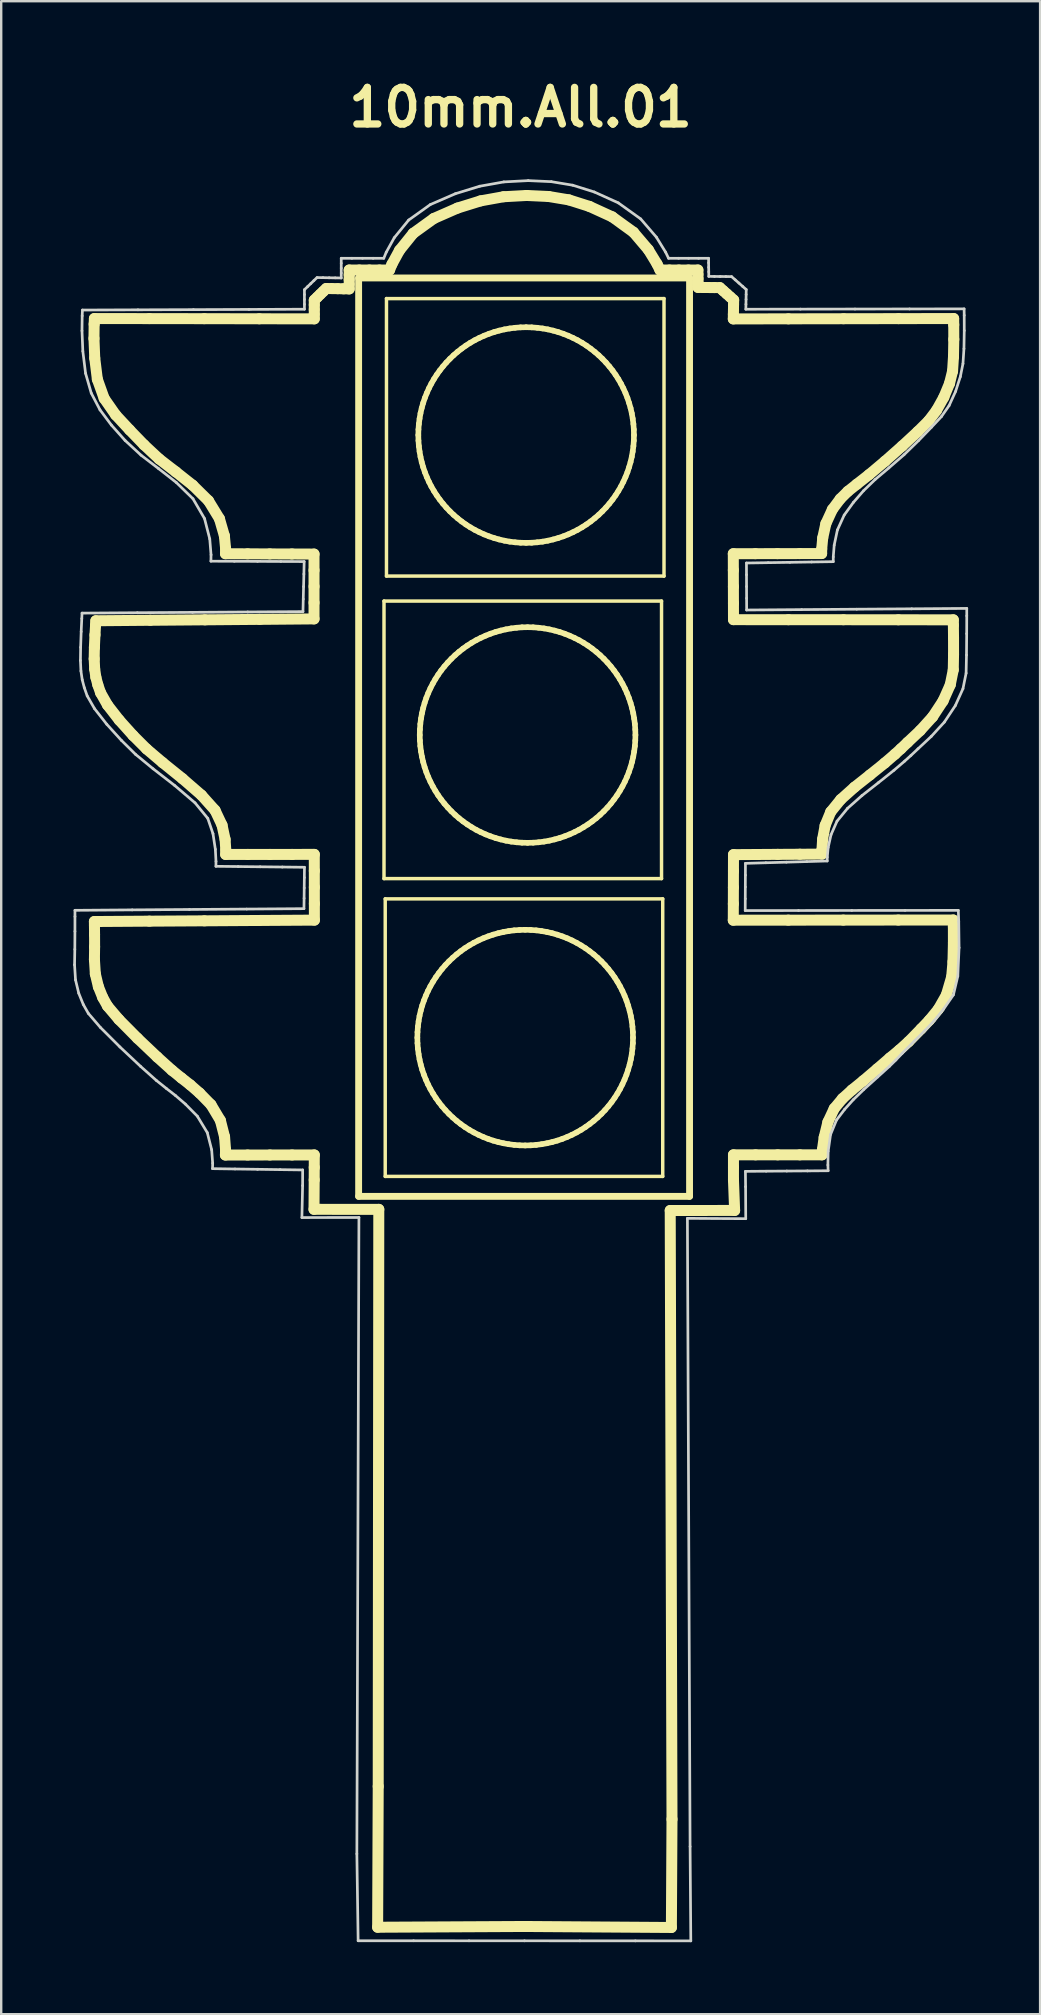
<source format=kicad_pcb>
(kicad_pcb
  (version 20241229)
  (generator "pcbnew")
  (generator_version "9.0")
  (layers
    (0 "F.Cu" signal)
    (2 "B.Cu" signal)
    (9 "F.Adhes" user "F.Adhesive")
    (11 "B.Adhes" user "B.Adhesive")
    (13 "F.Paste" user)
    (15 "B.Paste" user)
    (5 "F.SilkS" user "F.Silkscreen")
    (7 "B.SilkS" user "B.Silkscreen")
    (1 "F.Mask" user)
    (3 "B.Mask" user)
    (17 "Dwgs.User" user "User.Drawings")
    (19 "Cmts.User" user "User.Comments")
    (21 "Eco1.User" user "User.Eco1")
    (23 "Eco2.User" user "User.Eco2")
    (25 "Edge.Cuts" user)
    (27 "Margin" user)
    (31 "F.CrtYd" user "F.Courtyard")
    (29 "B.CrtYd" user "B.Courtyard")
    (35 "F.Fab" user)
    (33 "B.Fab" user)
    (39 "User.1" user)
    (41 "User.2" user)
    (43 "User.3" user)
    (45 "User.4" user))
  (footprint "10mm.All.01"
    (layer "F.Cu")
    (at 18.645 41.155)
    (property "Reference" "10mm.All.01" (at 0 -39.728 0) (layer "F.SilkS") (effects (font (size 1.524 1.524) (thickness 0.305))))
    (attr smd)
    (fp_line (start -17.779 -30.1) (end -17.747 -29.285) (stroke (width 0.458) (type solid)) (layer "F.SilkS"))
    (fp_line (start -17.772 -30.698) (end -17.779 -30.1) (stroke (width 0.458) (type solid)) (layer "F.SilkS"))
    (fp_line (start -17.77 -16.749) (end -17.75 -16.326) (stroke (width 0.458) (type solid)) (layer "F.SilkS"))
    (fp_line (start -17.761 -5.801) (end -17.759 -5.648) (stroke (width 0.458) (type solid)) (layer "F.SilkS"))
    (fp_line (start -17.761 -30.93) (end -17.772 -30.698) (stroke (width 0.458) (type solid)) (layer "F.SilkS"))
    (fp_line (start -17.761 -17.227) (end -17.77 -16.749) (stroke (width 0.458) (type solid)) (layer "F.SilkS"))
    (fp_line (start -17.76 -4.222) (end -17.722 -3.618) (stroke (width 0.458) (type solid)) (layer "F.SilkS"))
    (fp_line (start -17.759 -5.648) (end -17.754 -5.26) (stroke (width 0.458) (type solid)) (layer "F.SilkS"))
    (fp_line (start -17.754 -5.26) (end -17.752 -4.748) (stroke (width 0.458) (type solid)) (layer "F.SilkS"))
    (fp_line (start -17.752 -4.748) (end -17.76 -4.222) (stroke (width 0.458) (type solid)) (layer "F.SilkS"))
    (fp_line (start -17.75 -16.326) (end -17.7 -15.98) (stroke (width 0.458) (type solid)) (layer "F.SilkS"))
    (fp_line (start -17.747 -29.285) (end -17.638 -28.399) (stroke (width 0.458) (type solid)) (layer "F.SilkS"))
    (fp_line (start -17.737 -17.746) (end -17.761 -17.227) (stroke (width 0.458) (type solid)) (layer "F.SilkS"))
    (fp_line (start -17.722 -3.618) (end -17.595 -3.085) (stroke (width 0.458) (type solid)) (layer "F.SilkS"))
    (fp_line (start -17.712 -18.164) (end -17.737 -17.746) (stroke (width 0.458) (type solid)) (layer "F.SilkS"))
    (fp_line (start -17.7 -15.98) (end -17.618 -15.665) (stroke (width 0.458) (type solid)) (layer "F.SilkS"))
    (fp_line (start -17.7 -18.335) (end -17.712 -18.164) (stroke (width 0.458) (type solid)) (layer "F.SilkS"))
    (fp_line (start -17.638 -28.399) (end -17.354 -27.602) (stroke (width 0.458) (type solid)) (layer "F.SilkS"))
    (fp_line (start -17.618 -15.665) (end -17.503 -15.333) (stroke (width 0.458) (type solid)) (layer "F.SilkS"))
    (fp_line (start -17.595 -3.085) (end -17.414 -2.635) (stroke (width 0.458) (type solid)) (layer "F.SilkS"))
    (fp_line (start -17.503 -15.333) (end -17.213 -14.822) (stroke (width 0.458) (type solid)) (layer "F.SilkS"))
    (fp_line (start -17.414 -2.635) (end -17.214 -2.278) (stroke (width 0.458) (type solid)) (layer "F.SilkS"))
    (fp_line (start -17.354 -27.602) (end -16.876 -26.916) (stroke (width 0.458) (type solid)) (layer "F.SilkS"))
    (fp_line (start -17.214 -2.278) (end -16.74 -1.719) (stroke (width 0.458) (type solid)) (layer "F.SilkS"))
    (fp_line (start -17.213 -14.822) (end -16.727 -14.197) (stroke (width 0.458) (type solid)) (layer "F.SilkS"))
    (fp_line (start -16.876 -26.916) (end -16.294 -26.289) (stroke (width 0.458) (type solid)) (layer "F.SilkS"))
    (fp_line (start -16.74 -1.719) (end -15.965 -0.936) (stroke (width 0.458) (type solid)) (layer "F.SilkS"))
    (fp_line (start -16.727 -14.197) (end -16.15 -13.555) (stroke (width 0.458) (type solid)) (layer "F.SilkS"))
    (fp_line (start -16.294 -26.289) (end -15.693 -25.667) (stroke (width 0.458) (type solid)) (layer "F.SilkS"))
    (fp_line (start -16.15 -13.555) (end -15.585 -12.991) (stroke (width 0.458) (type solid)) (layer "F.SilkS"))
    (fp_line (start -15.965 -0.936) (end -15.142 -0.154) (stroke (width 0.458) (type solid)) (layer "F.SilkS"))
    (fp_line (start -15.693 -25.667) (end -15.063 -25.079) (stroke (width 0.458) (type solid)) (layer "F.SilkS"))
    (fp_line (start -15.585 -12.991) (end -14.918 -12.424) (stroke (width 0.458) (type solid)) (layer "F.SilkS"))
    (fp_line (start -15.471 -30.927) (end -17.761 -30.93) (stroke (width 0.458) (type solid)) (layer "F.SilkS"))
    (fp_line (start -15.469 -5.816) (end -17.761 -5.801) (stroke (width 0.458) (type solid)) (layer "F.SilkS"))
    (fp_line (start -15.427 -18.355) (end -17.7 -18.335) (stroke (width 0.458) (type solid)) (layer "F.SilkS"))
    (fp_line (start -15.142 -0.154) (end -14.526 0.401) (stroke (width 0.458) (type solid)) (layer "F.SilkS"))
    (fp_line (start -15.063 -25.079) (end -14.368 -24.542) (stroke (width 0.458) (type solid)) (layer "F.SilkS"))
    (fp_line (start -14.918 -12.424) (end -14.093 -11.758) (stroke (width 0.458) (type solid)) (layer "F.SilkS"))
    (fp_line (start -14.526 0.401) (end -14.132 0.72) (stroke (width 0.458) (type solid)) (layer "F.SilkS"))
    (fp_line (start -14.368 -24.542) (end -13.665 -23.985) (stroke (width 0.458) (type solid)) (layer "F.SilkS"))
    (fp_line (start -14.132 0.72) (end -13.767 1.007) (stroke (width 0.458) (type solid)) (layer "F.SilkS"))
    (fp_line (start -14.093 -11.758) (end -13.3 -11.069) (stroke (width 0.458) (type solid)) (layer "F.SilkS"))
    (fp_line (start -13.767 1.007) (end -13.376 1.348) (stroke (width 0.458) (type solid)) (layer "F.SilkS"))
    (fp_line (start -13.665 -23.985) (end -13.007 -23.336) (stroke (width 0.458) (type solid)) (layer "F.SilkS"))
    (fp_line (start -13.376 1.348) (end -12.903 1.832) (stroke (width 0.458) (type solid)) (layer "F.SilkS"))
    (fp_line (start -13.3 -11.069) (end -12.732 -10.434) (stroke (width 0.458) (type solid)) (layer "F.SilkS"))
    (fp_line (start -13.18 -30.924) (end -15.471 -30.927) (stroke (width 0.458) (type solid)) (layer "F.SilkS"))
    (fp_line (start -13.177 -5.83) (end -15.469 -5.816) (stroke (width 0.458) (type solid)) (layer "F.SilkS"))
    (fp_line (start -13.154 -18.374) (end -15.427 -18.355) (stroke (width 0.458) (type solid)) (layer "F.SilkS"))
    (fp_line (start -13.007 -23.336) (end -12.55 -22.588) (stroke (width 0.458) (type solid)) (layer "F.SilkS"))
    (fp_line (start -12.903 1.832) (end -12.51 2.489) (stroke (width 0.458) (type solid)) (layer "F.SilkS"))
    (fp_line (start -12.732 -10.434) (end -12.442 -9.819) (stroke (width 0.458) (type solid)) (layer "F.SilkS"))
    (fp_line (start -12.55 -22.588) (end -12.344 -21.874) (stroke (width 0.458) (type solid)) (layer "F.SilkS"))
    (fp_line (start -12.51 2.489) (end -12.336 3.174) (stroke (width 0.458) (type solid)) (layer "F.SilkS"))
    (fp_line (start -12.442 -9.819) (end -12.314 -9.223) (stroke (width 0.458) (type solid)) (layer "F.SilkS"))
    (fp_line (start -12.344 -21.874) (end -12.293 -21.34) (stroke (width 0.458) (type solid)) (layer "F.SilkS"))
    (fp_line (start -12.336 3.174) (end -12.295 3.712) (stroke (width 0.458) (type solid)) (layer "F.SilkS"))
    (fp_line (start -12.314 -9.223) (end -12.285 -8.774) (stroke (width 0.458) (type solid)) (layer "F.SilkS"))
    (fp_line (start -12.301 3.93) (end -11.375 3.93) (stroke (width 0.458) (type solid)) (layer "F.SilkS"))
    (fp_line (start -12.297 -21.129) (end -11.375 -21.125) (stroke (width 0.458) (type solid)) (layer "F.SilkS"))
    (fp_line (start -12.295 3.712) (end -12.301 3.93) (stroke (width 0.458) (type solid)) (layer "F.SilkS"))
    (fp_line (start -12.293 -21.34) (end -12.297 -21.129) (stroke (width 0.458) (type solid)) (layer "F.SilkS"))
    (fp_line (start -12.29 -8.596) (end -11.366 -8.597) (stroke (width 0.458) (type solid)) (layer "F.SilkS"))
    (fp_line (start -12.285 -8.774) (end -12.29 -8.596) (stroke (width 0.458) (type solid)) (layer "F.SilkS"))
    (fp_line (start -11.375 -21.125) (end -10.453 -21.121) (stroke (width 0.458) (type solid)) (layer "F.SilkS"))
    (fp_line (start -11.375 3.93) (end -10.449 3.929) (stroke (width 0.458) (type solid)) (layer "F.SilkS"))
    (fp_line (start -11.366 -8.597) (end -10.443 -8.597) (stroke (width 0.458) (type solid)) (layer "F.SilkS"))
    (fp_line (start -10.889 -30.92) (end -13.18 -30.924) (stroke (width 0.458) (type solid)) (layer "F.SilkS"))
    (fp_line (start -10.885 -5.845) (end -13.177 -5.83) (stroke (width 0.458) (type solid)) (layer "F.SilkS"))
    (fp_line (start -10.881 -18.393) (end -13.154 -18.374) (stroke (width 0.458) (type solid)) (layer "F.SilkS"))
    (fp_line (start -10.453 -21.121) (end -9.531 -21.118) (stroke (width 0.458) (type solid)) (layer "F.SilkS"))
    (fp_line (start -10.449 3.929) (end -9.523 3.928) (stroke (width 0.458) (type solid)) (layer "F.SilkS"))
    (fp_line (start -10.443 -8.597) (end -9.52 -8.598) (stroke (width 0.458) (type solid)) (layer "F.SilkS"))
    (fp_line (start -9.531 -21.118) (end -8.608 -21.114) (stroke (width 0.458) (type solid)) (layer "F.SilkS"))
    (fp_line (start -9.523 3.928) (end -8.597 3.927) (stroke (width 0.458) (type solid)) (layer "F.SilkS"))
    (fp_line (start -9.52 -8.598) (end -8.597 -8.599) (stroke (width 0.458) (type solid)) (layer "F.SilkS"))
    (fp_line (start -8.609 6.193) (end -5.909 6.195) (stroke (width 0.458) (type solid)) (layer "F.SilkS"))
    (fp_line (start -8.608 -21.114) (end -8.608 -20.439) (stroke (width 0.458) (type solid)) (layer "F.SilkS"))
    (fp_line (start -8.608 -20.439) (end -8.608 -19.763) (stroke (width 0.458) (type solid)) (layer "F.SilkS"))
    (fp_line (start -8.608 -19.763) (end -8.608 -19.088) (stroke (width 0.458) (type solid)) (layer "F.SilkS"))
    (fp_line (start -8.608 -19.088) (end -8.608 -18.413) (stroke (width 0.458) (type solid)) (layer "F.SilkS"))
    (fp_line (start -8.608 -18.413) (end -10.881 -18.393) (stroke (width 0.458) (type solid)) (layer "F.SilkS"))
    (fp_line (start -8.601 4.967) (end -8.609 6.193) (stroke (width 0.458) (type solid)) (layer "F.SilkS"))
    (fp_line (start -8.599 4.447) (end -8.601 4.967) (stroke (width 0.458) (type solid)) (layer "F.SilkS"))
    (fp_line (start -8.598 -31.697) (end -8.598 -31.502) (stroke (width 0.458) (type solid)) (layer "F.SilkS"))
    (fp_line (start -8.598 -31.502) (end -8.598 -31.307) (stroke (width 0.458) (type solid)) (layer "F.SilkS"))
    (fp_line (start -8.598 -31.307) (end -8.598 -31.112) (stroke (width 0.458) (type solid)) (layer "F.SilkS"))
    (fp_line (start -8.598 -31.112) (end -8.598 -30.917) (stroke (width 0.458) (type solid)) (layer "F.SilkS"))
    (fp_line (start -8.598 -30.917) (end -10.889 -30.92) (stroke (width 0.458) (type solid)) (layer "F.SilkS"))
    (fp_line (start -8.597 3.927) (end -8.599 4.447) (stroke (width 0.458) (type solid)) (layer "F.SilkS"))
    (fp_line (start -8.597 -8.599) (end -8.596 -7.914) (stroke (width 0.458) (type solid)) (layer "F.SilkS"))
    (fp_line (start -8.596 -7.914) (end -8.595 -7.229) (stroke (width 0.458) (type solid)) (layer "F.SilkS"))
    (fp_line (start -8.595 -7.229) (end -8.594 -6.544) (stroke (width 0.458) (type solid)) (layer "F.SilkS"))
    (fp_line (start -8.594 -6.544) (end -8.593 -5.859) (stroke (width 0.458) (type solid)) (layer "F.SilkS"))
    (fp_line (start -8.593 -5.859) (end -10.885 -5.845) (stroke (width 0.458) (type solid)) (layer "F.SilkS"))
    (fp_line (start -8.473 -31.818) (end -8.598 -31.697) (stroke (width 0.458) (type solid)) (layer "F.SilkS"))
    (fp_line (start -8.349 -31.94) (end -8.473 -31.818) (stroke (width 0.458) (type solid)) (layer "F.SilkS"))
    (fp_line (start -8.224 -32.061) (end -8.349 -31.94) (stroke (width 0.458) (type solid)) (layer "F.SilkS"))
    (fp_line (start -8.099 -32.182) (end -8.224 -32.061) (stroke (width 0.458) (type solid)) (layer "F.SilkS"))
    (fp_line (start -7.86 -32.178) (end -8.099 -32.182) (stroke (width 0.458) (type solid)) (layer "F.SilkS"))
    (fp_line (start -7.62 -32.174) (end -7.86 -32.178) (stroke (width 0.458) (type solid)) (layer "F.SilkS"))
    (fp_line (start -7.381 -32.169) (end -7.62 -32.174) (stroke (width 0.458) (type solid)) (layer "F.SilkS"))
    (fp_line (start -7.142 -32.952) (end -7.142 -32.756) (stroke (width 0.458) (type solid)) (layer "F.SilkS"))
    (fp_line (start -7.142 -32.756) (end -7.142 -32.559) (stroke (width 0.458) (type solid)) (layer "F.SilkS"))
    (fp_line (start -7.142 -32.559) (end -7.142 -32.362) (stroke (width 0.458) (type solid)) (layer "F.SilkS"))
    (fp_line (start -7.142 -32.362) (end -7.142 -32.165) (stroke (width 0.458) (type solid)) (layer "F.SilkS"))
    (fp_line (start -7.142 -32.165) (end -7.381 -32.169) (stroke (width 0.458) (type solid)) (layer "F.SilkS"))
    (fp_line (start -6.749 -32.622) (end 7.042 -32.622) (stroke (width 0.286) (type solid)) (layer "F.SilkS"))
    (fp_line (start -6.749 5.652) (end -6.749 -32.622) (stroke (width 0.286) (type solid)) (layer "F.SilkS"))
    (fp_line (start -6.721 -32.952) (end -7.142 -32.952) (stroke (width 0.458) (type solid)) (layer "F.SilkS"))
    (fp_line (start -6.301 -32.952) (end -6.721 -32.952) (stroke (width 0.458) (type solid)) (layer "F.SilkS"))
    (fp_line (start -5.957 36.112) (end 0.174 36.08) (stroke (width 0.458) (type solid)) (layer "F.SilkS"))
    (fp_line (start -5.933 30.241) (end -5.957 36.112) (stroke (width 0.458) (type solid)) (layer "F.SilkS"))
    (fp_line (start -5.909 6.195) (end -5.933 30.241) (stroke (width 0.458) (type solid)) (layer "F.SilkS"))
    (fp_line (start -5.88 -32.952) (end -6.301 -32.952) (stroke (width 0.458) (type solid)) (layer "F.SilkS"))
    (fp_line (start -5.692 -19.156) (end 5.874 -19.156) (stroke (width 0.144) (type solid)) (layer "F.SilkS"))
    (fp_line (start -5.692 -7.59) (end -5.692 -19.156) (stroke (width 0.144) (type solid)) (layer "F.SilkS"))
    (fp_line (start -5.641 -6.745) (end 5.924 -6.745) (stroke (width 0.144) (type solid)) (layer "F.SilkS"))
    (fp_line (start -5.641 4.821) (end -5.641 -6.745) (stroke (width 0.144) (type solid)) (layer "F.SilkS"))
    (fp_line (start -5.589 -31.762) (end 5.977 -31.762) (stroke (width 0.144) (type solid)) (layer "F.SilkS"))
    (fp_line (start -5.589 -20.197) (end -5.589 -31.762) (stroke (width 0.144) (type solid)) (layer "F.SilkS"))
    (fp_line (start -5.46 -32.952) (end -5.88 -32.952) (stroke (width 0.458) (type solid)) (layer "F.SilkS"))
    (fp_line (start -5.362 -33.193) (end -5.46 -32.952) (stroke (width 0.458) (type solid)) (layer "F.SilkS"))
    (fp_line (start -5.045 -33.773) (end -5.362 -33.193) (stroke (width 0.458) (type solid)) (layer "F.SilkS"))
    (fp_line (start -4.476 -34.48) (end -5.045 -33.773) (stroke (width 0.458) (type solid)) (layer "F.SilkS"))
    (fp_line (start -4.302 -0.962) (end -4.296 -1.193) (stroke (width 0.235) (type solid)) (layer "F.SilkS"))
    (fp_line (start -4.296 -1.193) (end -4.279 -1.422) (stroke (width 0.235) (type solid)) (layer "F.SilkS"))
    (fp_line (start -4.296 -0.731) (end -4.302 -0.962) (stroke (width 0.235) (type solid)) (layer "F.SilkS"))
    (fp_line (start -4.279 -1.422) (end -4.25 -1.647) (stroke (width 0.235) (type solid)) (layer "F.SilkS"))
    (fp_line (start -4.279 -0.503) (end -4.296 -0.731) (stroke (width 0.235) (type solid)) (layer "F.SilkS"))
    (fp_line (start -4.262 -26.074) (end -4.256 -26.306) (stroke (width 0.235) (type solid)) (layer "F.SilkS"))
    (fp_line (start -4.256 -26.306) (end -4.239 -26.534) (stroke (width 0.235) (type solid)) (layer "F.SilkS"))
    (fp_line (start -4.256 -25.843) (end -4.262 -26.074) (stroke (width 0.235) (type solid)) (layer "F.SilkS"))
    (fp_line (start -4.25 -1.647) (end -4.211 -1.868) (stroke (width 0.235) (type solid)) (layer "F.SilkS"))
    (fp_line (start -4.25 -0.278) (end -4.279 -0.503) (stroke (width 0.235) (type solid)) (layer "F.SilkS"))
    (fp_line (start -4.239 -26.534) (end -4.21 -26.759) (stroke (width 0.235) (type solid)) (layer "F.SilkS"))
    (fp_line (start -4.239 -25.615) (end -4.256 -25.843) (stroke (width 0.235) (type solid)) (layer "F.SilkS"))
    (fp_line (start -4.211 -1.868) (end -4.161 -2.085) (stroke (width 0.235) (type solid)) (layer "F.SilkS"))
    (fp_line (start -4.211 -0.057) (end -4.25 -0.278) (stroke (width 0.235) (type solid)) (layer "F.SilkS"))
    (fp_line (start -4.21 -26.759) (end -4.171 -26.98) (stroke (width 0.235) (type solid)) (layer "F.SilkS"))
    (fp_line (start -4.21 -25.39) (end -4.239 -25.615) (stroke (width 0.235) (type solid)) (layer "F.SilkS"))
    (fp_line (start -4.202 -13.574) (end -4.196 -13.805) (stroke (width 0.235) (type solid)) (layer "F.SilkS"))
    (fp_line (start -4.196 -13.805) (end -4.178 -14.033) (stroke (width 0.235) (type solid)) (layer "F.SilkS"))
    (fp_line (start -4.196 -13.343) (end -4.202 -13.574) (stroke (width 0.235) (type solid)) (layer "F.SilkS"))
    (fp_line (start -4.178 -14.033) (end -4.15 -14.258) (stroke (width 0.235) (type solid)) (layer "F.SilkS"))
    (fp_line (start -4.178 -13.114) (end -4.196 -13.343) (stroke (width 0.235) (type solid)) (layer "F.SilkS"))
    (fp_line (start -4.171 -26.98) (end -4.121 -27.198) (stroke (width 0.235) (type solid)) (layer "F.SilkS"))
    (fp_line (start -4.171 -25.169) (end -4.21 -25.39) (stroke (width 0.235) (type solid)) (layer "F.SilkS"))
    (fp_line (start -4.161 -2.085) (end -4.1 -2.299) (stroke (width 0.235) (type solid)) (layer "F.SilkS"))
    (fp_line (start -4.161 0.161) (end -4.211 -0.057) (stroke (width 0.235) (type solid)) (layer "F.SilkS"))
    (fp_line (start -4.15 -14.258) (end -4.11 -14.479) (stroke (width 0.235) (type solid)) (layer "F.SilkS"))
    (fp_line (start -4.15 -12.889) (end -4.178 -13.114) (stroke (width 0.235) (type solid)) (layer "F.SilkS"))
    (fp_line (start -4.121 -27.198) (end -4.06 -27.411) (stroke (width 0.235) (type solid)) (layer "F.SilkS"))
    (fp_line (start -4.121 -24.951) (end -4.171 -25.169) (stroke (width 0.235) (type solid)) (layer "F.SilkS"))
    (fp_line (start -4.11 -14.479) (end -4.06 -14.697) (stroke (width 0.235) (type solid)) (layer "F.SilkS"))
    (fp_line (start -4.11 -12.668) (end -4.15 -12.889) (stroke (width 0.235) (type solid)) (layer "F.SilkS"))
    (fp_line (start -4.1 -2.299) (end -4.029 -2.507) (stroke (width 0.235) (type solid)) (layer "F.SilkS"))
    (fp_line (start -4.1 0.374) (end -4.161 0.161) (stroke (width 0.235) (type solid)) (layer "F.SilkS"))
    (fp_line (start -4.06 -27.411) (end -3.99 -27.62) (stroke (width 0.235) (type solid)) (layer "F.SilkS"))
    (fp_line (start -4.06 -24.738) (end -4.121 -24.951) (stroke (width 0.235) (type solid)) (layer "F.SilkS"))
    (fp_line (start -4.06 -14.697) (end -4 -14.91) (stroke (width 0.235) (type solid)) (layer "F.SilkS"))
    (fp_line (start -4.06 -12.451) (end -4.11 -12.668) (stroke (width 0.235) (type solid)) (layer "F.SilkS"))
    (fp_line (start -4.029 -2.507) (end -3.949 -2.711) (stroke (width 0.235) (type solid)) (layer "F.SilkS"))
    (fp_line (start -4.029 0.583) (end -4.1 0.374) (stroke (width 0.235) (type solid)) (layer "F.SilkS"))
    (fp_line (start -4 -14.91) (end -3.929 -15.119) (stroke (width 0.235) (type solid)) (layer "F.SilkS"))
    (fp_line (start -4 -12.238) (end -4.06 -12.451) (stroke (width 0.235) (type solid)) (layer "F.SilkS"))
    (fp_line (start -3.99 -27.62) (end -3.909 -27.824) (stroke (width 0.235) (type solid)) (layer "F.SilkS"))
    (fp_line (start -3.99 -24.529) (end -4.06 -24.738) (stroke (width 0.235) (type solid)) (layer "F.SilkS"))
    (fp_line (start -3.949 -2.711) (end -3.859 -2.91) (stroke (width 0.235) (type solid)) (layer "F.SilkS"))
    (fp_line (start -3.949 0.787) (end -4.029 0.583) (stroke (width 0.235) (type solid)) (layer "F.SilkS"))
    (fp_line (start -3.929 -15.119) (end -3.848 -15.323) (stroke (width 0.235) (type solid)) (layer "F.SilkS"))
    (fp_line (start -3.929 -12.029) (end -4 -12.238) (stroke (width 0.235) (type solid)) (layer "F.SilkS"))
    (fp_line (start -3.909 -27.824) (end -3.819 -28.023) (stroke (width 0.235) (type solid)) (layer "F.SilkS"))
    (fp_line (start -3.909 -24.325) (end -3.99 -24.529) (stroke (width 0.235) (type solid)) (layer "F.SilkS"))
    (fp_line (start -3.859 -2.91) (end -3.76 -3.104) (stroke (width 0.235) (type solid)) (layer "F.SilkS"))
    (fp_line (start -3.859 0.986) (end -3.949 0.787) (stroke (width 0.235) (type solid)) (layer "F.SilkS"))
    (fp_line (start -3.848 -15.323) (end -3.758 -15.522) (stroke (width 0.235) (type solid)) (layer "F.SilkS"))
    (fp_line (start -3.848 -11.825) (end -3.929 -12.029) (stroke (width 0.235) (type solid)) (layer "F.SilkS"))
    (fp_line (start -3.819 -28.023) (end -3.72 -28.216) (stroke (width 0.235) (type solid)) (layer "F.SilkS"))
    (fp_line (start -3.819 -24.126) (end -3.909 -24.325) (stroke (width 0.235) (type solid)) (layer "F.SilkS"))
    (fp_line (start -3.76 -3.104) (end -3.651 -3.292) (stroke (width 0.235) (type solid)) (layer "F.SilkS"))
    (fp_line (start -3.76 1.18) (end -3.859 0.986) (stroke (width 0.235) (type solid)) (layer "F.SilkS"))
    (fp_line (start -3.758 -15.522) (end -3.659 -15.716) (stroke (width 0.235) (type solid)) (layer "F.SilkS"))
    (fp_line (start -3.758 -11.626) (end -3.848 -11.825) (stroke (width 0.235) (type solid)) (layer "F.SilkS"))
    (fp_line (start -3.72 -28.216) (end -3.612 -28.405) (stroke (width 0.235) (type solid)) (layer "F.SilkS"))
    (fp_line (start -3.72 -23.932) (end -3.819 -24.126) (stroke (width 0.235) (type solid)) (layer "F.SilkS"))
    (fp_line (start -3.659 -15.716) (end -3.551 -15.904) (stroke (width 0.235) (type solid)) (layer "F.SilkS"))
    (fp_line (start -3.659 -11.432) (end -3.758 -11.626) (stroke (width 0.235) (type solid)) (layer "F.SilkS"))
    (fp_line (start -3.651 -3.292) (end -3.535 -3.475) (stroke (width 0.235) (type solid)) (layer "F.SilkS"))
    (fp_line (start -3.651 1.368) (end -3.76 1.18) (stroke (width 0.235) (type solid)) (layer "F.SilkS"))
    (fp_line (start -3.619 -35.099) (end -4.476 -34.48) (stroke (width 0.458) (type solid)) (layer "F.SilkS"))
    (fp_line (start -3.612 -28.405) (end -3.495 -28.587) (stroke (width 0.235) (type solid)) (layer "F.SilkS"))
    (fp_line (start -3.612 -23.744) (end -3.72 -23.932) (stroke (width 0.235) (type solid)) (layer "F.SilkS"))
    (fp_line (start -3.551 -15.904) (end -3.434 -16.086) (stroke (width 0.235) (type solid)) (layer "F.SilkS"))
    (fp_line (start -3.551 -11.244) (end -3.659 -11.432) (stroke (width 0.235) (type solid)) (layer "F.SilkS"))
    (fp_line (start -3.535 -3.475) (end -3.409 -3.651) (stroke (width 0.235) (type solid)) (layer "F.SilkS"))
    (fp_line (start -3.535 1.55) (end -3.651 1.368) (stroke (width 0.235) (type solid)) (layer "F.SilkS"))
    (fp_line (start -3.495 -28.587) (end -3.37 -28.763) (stroke (width 0.235) (type solid)) (layer "F.SilkS"))
    (fp_line (start -3.495 -23.562) (end -3.612 -23.744) (stroke (width 0.235) (type solid)) (layer "F.SilkS"))
    (fp_line (start -3.434 -16.086) (end -3.309 -16.263) (stroke (width 0.235) (type solid)) (layer "F.SilkS"))
    (fp_line (start -3.434 -11.061) (end -3.551 -11.244) (stroke (width 0.235) (type solid)) (layer "F.SilkS"))
    (fp_line (start -3.409 -3.651) (end -3.276 -3.821) (stroke (width 0.235) (type solid)) (layer "F.SilkS"))
    (fp_line (start -3.409 1.726) (end -3.535 1.55) (stroke (width 0.235) (type solid)) (layer "F.SilkS"))
    (fp_line (start -3.37 -28.763) (end -3.236 -28.933) (stroke (width 0.235) (type solid)) (layer "F.SilkS"))
    (fp_line (start -3.37 -23.386) (end -3.495 -23.562) (stroke (width 0.235) (type solid)) (layer "F.SilkS"))
    (fp_line (start -3.309 -16.263) (end -3.175 -16.432) (stroke (width 0.235) (type solid)) (layer "F.SilkS"))
    (fp_line (start -3.309 -10.885) (end -3.434 -11.061) (stroke (width 0.235) (type solid)) (layer "F.SilkS"))
    (fp_line (start -3.276 -3.821) (end -3.135 -3.984) (stroke (width 0.235) (type solid)) (layer "F.SilkS"))
    (fp_line (start -3.276 1.896) (end -3.409 1.726) (stroke (width 0.235) (type solid)) (layer "F.SilkS"))
    (fp_line (start -3.236 -28.933) (end -3.095 -29.096) (stroke (width 0.235) (type solid)) (layer "F.SilkS"))
    (fp_line (start -3.236 -23.216) (end -3.37 -23.386) (stroke (width 0.235) (type solid)) (layer "F.SilkS"))
    (fp_line (start -3.175 -16.432) (end -3.034 -16.595) (stroke (width 0.235) (type solid)) (layer "F.SilkS"))
    (fp_line (start -3.175 -10.715) (end -3.309 -10.885) (stroke (width 0.235) (type solid)) (layer "F.SilkS"))
    (fp_line (start -3.135 -3.984) (end -2.986 -4.14) (stroke (width 0.235) (type solid)) (layer "F.SilkS"))
    (fp_line (start -3.135 2.059) (end -3.276 1.896) (stroke (width 0.235) (type solid)) (layer "F.SilkS"))
    (fp_line (start -3.095 -29.096) (end -2.946 -29.252) (stroke (width 0.235) (type solid)) (layer "F.SilkS"))
    (fp_line (start -3.095 -23.053) (end -3.236 -23.216) (stroke (width 0.235) (type solid)) (layer "F.SilkS"))
    (fp_line (start -3.034 -16.595) (end -2.885 -16.751) (stroke (width 0.235) (type solid)) (layer "F.SilkS"))
    (fp_line (start -3.034 -10.552) (end -3.175 -10.715) (stroke (width 0.235) (type solid)) (layer "F.SilkS"))
    (fp_line (start -2.986 -4.14) (end -2.83 -4.289) (stroke (width 0.235) (type solid)) (layer "F.SilkS"))
    (fp_line (start -2.986 2.215) (end -3.135 2.059) (stroke (width 0.235) (type solid)) (layer "F.SilkS"))
    (fp_line (start -2.946 -29.252) (end -2.79 -29.401) (stroke (width 0.235) (type solid)) (layer "F.SilkS"))
    (fp_line (start -2.946 -22.897) (end -3.095 -23.053) (stroke (width 0.235) (type solid)) (layer "F.SilkS"))
    (fp_line (start -2.885 -16.751) (end -2.729 -16.9) (stroke (width 0.235) (type solid)) (layer "F.SilkS"))
    (fp_line (start -2.885 -10.396) (end -3.034 -10.552) (stroke (width 0.235) (type solid)) (layer "F.SilkS"))
    (fp_line (start -2.83 -4.289) (end -2.667 -4.43) (stroke (width 0.235) (type solid)) (layer "F.SilkS"))
    (fp_line (start -2.83 2.364) (end -2.986 2.215) (stroke (width 0.235) (type solid)) (layer "F.SilkS"))
    (fp_line (start -2.79 -29.401) (end -2.627 -29.542) (stroke (width 0.235) (type solid)) (layer "F.SilkS"))
    (fp_line (start -2.79 -22.748) (end -2.946 -22.897) (stroke (width 0.235) (type solid)) (layer "F.SilkS"))
    (fp_line (start -2.729 -16.9) (end -2.566 -17.041) (stroke (width 0.235) (type solid)) (layer "F.SilkS"))
    (fp_line (start -2.729 -10.247) (end -2.885 -10.396) (stroke (width 0.235) (type solid)) (layer "F.SilkS"))
    (fp_line (start -2.667 -4.43) (end -2.497 -4.563) (stroke (width 0.235) (type solid)) (layer "F.SilkS"))
    (fp_line (start -2.667 2.505) (end -2.83 2.364) (stroke (width 0.235) (type solid)) (layer "F.SilkS"))
    (fp_line (start -2.628 -35.534) (end -3.619 -35.099) (stroke (width 0.458) (type solid)) (layer "F.SilkS"))
    (fp_line (start -2.627 -29.542) (end -2.457 -29.675) (stroke (width 0.235) (type solid)) (layer "F.SilkS"))
    (fp_line (start -2.627 -22.607) (end -2.79 -22.748) (stroke (width 0.235) (type solid)) (layer "F.SilkS"))
    (fp_line (start -2.566 -17.041) (end -2.396 -17.175) (stroke (width 0.235) (type solid)) (layer "F.SilkS"))
    (fp_line (start -2.566 -10.106) (end -2.729 -10.247) (stroke (width 0.235) (type solid)) (layer "F.SilkS"))
    (fp_line (start -2.497 -4.563) (end -2.321 -4.689) (stroke (width 0.235) (type solid)) (layer "F.SilkS"))
    (fp_line (start -2.497 2.639) (end -2.667 2.505) (stroke (width 0.235) (type solid)) (layer "F.SilkS"))
    (fp_line (start -2.457 -29.675) (end -2.281 -29.801) (stroke (width 0.235) (type solid)) (layer "F.SilkS"))
    (fp_line (start -2.457 -22.473) (end -2.627 -22.607) (stroke (width 0.235) (type solid)) (layer "F.SilkS"))
    (fp_line (start -2.396 -17.175) (end -2.22 -17.3) (stroke (width 0.235) (type solid)) (layer "F.SilkS"))
    (fp_line (start -2.396 -9.973) (end -2.566 -10.106) (stroke (width 0.235) (type solid)) (layer "F.SilkS"))
    (fp_line (start -2.321 2.764) (end -2.497 2.639) (stroke (width 0.235) (type solid)) (layer "F.SilkS"))
    (fp_line (start -2.321 -4.689) (end -2.138 -4.805) (stroke (width 0.235) (type solid)) (layer "F.SilkS"))
    (fp_line (start -2.281 -22.348) (end -2.457 -22.473) (stroke (width 0.235) (type solid)) (layer "F.SilkS"))
    (fp_line (start -2.281 -29.801) (end -2.099 -29.918) (stroke (width 0.235) (type solid)) (layer "F.SilkS"))
    (fp_line (start -2.22 -9.848) (end -2.396 -9.973) (stroke (width 0.235) (type solid)) (layer "F.SilkS"))
    (fp_line (start -2.22 -17.3) (end -2.038 -17.417) (stroke (width 0.235) (type solid)) (layer "F.SilkS"))
    (fp_line (start -2.138 -4.805) (end -1.95 -4.914) (stroke (width 0.235) (type solid)) (layer "F.SilkS"))
    (fp_line (start -2.138 2.881) (end -2.321 2.764) (stroke (width 0.235) (type solid)) (layer "F.SilkS"))
    (fp_line (start -2.099 -29.918) (end -1.91 -30.026) (stroke (width 0.235) (type solid)) (layer "F.SilkS"))
    (fp_line (start -2.099 -22.231) (end -2.281 -22.348) (stroke (width 0.235) (type solid)) (layer "F.SilkS"))
    (fp_line (start -2.038 -17.417) (end -1.85 -17.525) (stroke (width 0.235) (type solid)) (layer "F.SilkS"))
    (fp_line (start -2.038 -9.731) (end -2.22 -9.848) (stroke (width 0.235) (type solid)) (layer "F.SilkS"))
    (fp_line (start -1.95 -4.914) (end -1.756 -5.013) (stroke (width 0.235) (type solid)) (layer "F.SilkS"))
    (fp_line (start -1.95 2.989) (end -2.138 2.881) (stroke (width 0.235) (type solid)) (layer "F.SilkS"))
    (fp_line (start -1.91 -30.026) (end -1.717 -30.125) (stroke (width 0.235) (type solid)) (layer "F.SilkS"))
    (fp_line (start -1.91 -22.123) (end -2.099 -22.231) (stroke (width 0.235) (type solid)) (layer "F.SilkS"))
    (fp_line (start -1.85 -17.525) (end -1.656 -17.624) (stroke (width 0.235) (type solid)) (layer "F.SilkS"))
    (fp_line (start -1.85 -9.622) (end -2.038 -9.731) (stroke (width 0.235) (type solid)) (layer "F.SilkS"))
    (fp_line (start -1.756 -5.013) (end -1.557 -5.103) (stroke (width 0.235) (type solid)) (layer "F.SilkS"))
    (fp_line (start -1.756 3.088) (end -1.95 2.989) (stroke (width 0.235) (type solid)) (layer "F.SilkS"))
    (fp_line (start -1.717 -30.125) (end -1.518 -30.215) (stroke (width 0.235) (type solid)) (layer "F.SilkS"))
    (fp_line (start -1.717 -22.024) (end -1.91 -22.123) (stroke (width 0.235) (type solid)) (layer "F.SilkS"))
    (fp_line (start -1.664 -35.834) (end -2.628 -35.534) (stroke (width 0.458) (type solid)) (layer "F.SilkS"))
    (fp_line (start -1.656 -17.624) (end -1.457 -17.714) (stroke (width 0.235) (type solid)) (layer "F.SilkS"))
    (fp_line (start -1.656 -9.523) (end -1.85 -9.622) (stroke (width 0.235) (type solid)) (layer "F.SilkS"))
    (fp_line (start -1.557 -5.103) (end -1.353 -5.183) (stroke (width 0.235) (type solid)) (layer "F.SilkS"))
    (fp_line (start -1.557 3.178) (end -1.756 3.088) (stroke (width 0.235) (type solid)) (layer "F.SilkS"))
    (fp_line (start -1.518 -30.215) (end -1.314 -30.296) (stroke (width 0.235) (type solid)) (layer "F.SilkS"))
    (fp_line (start -1.518 -21.934) (end -1.717 -22.024) (stroke (width 0.235) (type solid)) (layer "F.SilkS"))
    (fp_line (start -1.457 -17.714) (end -1.253 -17.795) (stroke (width 0.235) (type solid)) (layer "F.SilkS"))
    (fp_line (start -1.457 -9.433) (end -1.656 -9.523) (stroke (width 0.235) (type solid)) (layer "F.SilkS"))
    (fp_line (start -1.353 -5.183) (end -1.145 -5.254) (stroke (width 0.235) (type solid)) (layer "F.SilkS"))
    (fp_line (start -1.353 3.259) (end -1.557 3.178) (stroke (width 0.235) (type solid)) (layer "F.SilkS"))
    (fp_line (start -1.314 -30.296) (end -1.105 -30.366) (stroke (width 0.235) (type solid)) (layer "F.SilkS"))
    (fp_line (start -1.314 -21.853) (end -1.518 -21.934) (stroke (width 0.235) (type solid)) (layer "F.SilkS"))
    (fp_line (start -1.253 -17.795) (end -1.044 -17.866) (stroke (width 0.235) (type solid)) (layer "F.SilkS"))
    (fp_line (start -1.253 -9.353) (end -1.457 -9.433) (stroke (width 0.235) (type solid)) (layer "F.SilkS"))
    (fp_line (start -1.145 -5.254) (end -0.931 -5.315) (stroke (width 0.235) (type solid)) (layer "F.SilkS"))
    (fp_line (start -1.145 3.33) (end -1.353 3.259) (stroke (width 0.235) (type solid)) (layer "F.SilkS"))
    (fp_line (start -1.105 -30.366) (end -0.892 -30.427) (stroke (width 0.235) (type solid)) (layer "F.SilkS"))
    (fp_line (start -1.105 -21.783) (end -1.314 -21.853) (stroke (width 0.235) (type solid)) (layer "F.SilkS"))
    (fp_line (start -1.044 -17.866) (end -0.831 -17.926) (stroke (width 0.235) (type solid)) (layer "F.SilkS"))
    (fp_line (start -1.044 -9.282) (end -1.253 -9.353) (stroke (width 0.235) (type solid)) (layer "F.SilkS"))
    (fp_line (start -0.931 -5.315) (end -0.714 -5.365) (stroke (width 0.235) (type solid)) (layer "F.SilkS"))
    (fp_line (start -0.931 3.39) (end -1.145 3.33) (stroke (width 0.235) (type solid)) (layer "F.SilkS"))
    (fp_line (start -0.892 -30.427) (end -0.674 -30.477) (stroke (width 0.235) (type solid)) (layer "F.SilkS"))
    (fp_line (start -0.892 -21.722) (end -1.105 -21.783) (stroke (width 0.235) (type solid)) (layer "F.SilkS"))
    (fp_line (start -0.831 -17.926) (end -0.613 -17.976) (stroke (width 0.235) (type solid)) (layer "F.SilkS"))
    (fp_line (start -0.831 -9.222) (end -1.044 -9.282) (stroke (width 0.235) (type solid)) (layer "F.SilkS"))
    (fp_line (start -0.714 -5.365) (end -0.493 -5.404) (stroke (width 0.235) (type solid)) (layer "F.SilkS"))
    (fp_line (start -0.714 3.44) (end -0.931 3.39) (stroke (width 0.235) (type solid)) (layer "F.SilkS"))
    (fp_line (start -0.709 -36.006) (end -1.664 -35.834) (stroke (width 0.458) (type solid)) (layer "F.SilkS"))
    (fp_line (start -0.674 -30.477) (end -0.453 -30.516) (stroke (width 0.235) (type solid)) (layer "F.SilkS"))
    (fp_line (start -0.674 -21.672) (end -0.892 -21.722) (stroke (width 0.235) (type solid)) (layer "F.SilkS"))
    (fp_line (start -0.613 -17.976) (end -0.392 -18.016) (stroke (width 0.235) (type solid)) (layer "F.SilkS"))
    (fp_line (start -0.613 -9.171) (end -0.831 -9.222) (stroke (width 0.235) (type solid)) (layer "F.SilkS"))
    (fp_line (start -0.493 -5.404) (end -0.268 -5.433) (stroke (width 0.235) (type solid)) (layer "F.SilkS"))
    (fp_line (start -0.493 3.48) (end -0.714 3.44) (stroke (width 0.235) (type solid)) (layer "F.SilkS"))
    (fp_line (start -0.453 -30.516) (end -0.228 -30.545) (stroke (width 0.235) (type solid)) (layer "F.SilkS"))
    (fp_line (start -0.453 -21.632) (end -0.674 -21.672) (stroke (width 0.235) (type solid)) (layer "F.SilkS"))
    (fp_line (start -0.392 -18.016) (end -0.167 -18.044) (stroke (width 0.235) (type solid)) (layer "F.SilkS"))
    (fp_line (start -0.392 -9.132) (end -0.613 -9.171) (stroke (width 0.235) (type solid)) (layer "F.SilkS"))
    (fp_line (start -0.268 -5.433) (end -0.04 -5.45) (stroke (width 0.235) (type solid)) (layer "F.SilkS"))
    (fp_line (start -0.268 3.508) (end -0.493 3.48) (stroke (width 0.235) (type solid)) (layer "F.SilkS"))
    (fp_line (start -0.228 -30.545) (end 0.000255 -30.562) (stroke (width 0.235) (type solid)) (layer "F.SilkS"))
    (fp_line (start -0.228 -21.604) (end -0.453 -21.632) (stroke (width 0.235) (type solid)) (layer "F.SilkS"))
    (fp_line (start -0.167 -18.044) (end 0.061 -18.062) (stroke (width 0.235) (type solid)) (layer "F.SilkS"))
    (fp_line (start -0.167 -9.103) (end -0.392 -9.132) (stroke (width 0.235) (type solid)) (layer "F.SilkS"))
    (fp_line (start -0.04 -5.45) (end 0.192 -5.456) (stroke (width 0.235) (type solid)) (layer "F.SilkS"))
    (fp_line (start -0.04 3.526) (end -0.268 3.508) (stroke (width 0.235) (type solid)) (layer "F.SilkS"))
    (fp_line (start 0.000255 -30.562) (end 0.232 -30.568) (stroke (width 0.235) (type solid)) (layer "F.SilkS"))
    (fp_line (start 0.000255 -21.587) (end -0.228 -21.604) (stroke (width 0.235) (type solid)) (layer "F.SilkS"))
    (fp_line (start 0.061 -18.062) (end 0.292 -18.067) (stroke (width 0.235) (type solid)) (layer "F.SilkS"))
    (fp_line (start 0.061 -9.086) (end -0.167 -9.103) (stroke (width 0.235) (type solid)) (layer "F.SilkS"))
    (fp_line (start 0.174 36.08) (end 6.285 36.122) (stroke (width 0.458) (type solid)) (layer "F.SilkS"))
    (fp_line (start 0.192 -5.456) (end 0.423 -5.45) (stroke (width 0.235) (type solid)) (layer "F.SilkS"))
    (fp_line (start 0.192 3.531) (end -0.04 3.526) (stroke (width 0.235) (type solid)) (layer "F.SilkS"))
    (fp_line (start 0.232 -30.568) (end 0.463 -30.562) (stroke (width 0.235) (type solid)) (layer "F.SilkS"))
    (fp_line (start 0.232 -21.581) (end 0.000255 -21.587) (stroke (width 0.235) (type solid)) (layer "F.SilkS"))
    (fp_line (start 0.256 -36.059) (end -0.709 -36.006) (stroke (width 0.458) (type solid)) (layer "F.SilkS"))
    (fp_line (start 0.292 -18.067) (end 0.523 -18.062) (stroke (width 0.235) (type solid)) (layer "F.SilkS"))
    (fp_line (start 0.292 -9.08) (end 0.061 -9.086) (stroke (width 0.235) (type solid)) (layer "F.SilkS"))
    (fp_line (start 0.423 -5.45) (end 0.651 -5.433) (stroke (width 0.235) (type solid)) (layer "F.SilkS"))
    (fp_line (start 0.423 3.526) (end 0.192 3.531) (stroke (width 0.235) (type solid)) (layer "F.SilkS"))
    (fp_line (start 0.463 -30.562) (end 0.691 -30.545) (stroke (width 0.235) (type solid)) (layer "F.SilkS"))
    (fp_line (start 0.463 -21.587) (end 0.232 -21.581) (stroke (width 0.235) (type solid)) (layer "F.SilkS"))
    (fp_line (start 0.523 -18.062) (end 0.752 -18.044) (stroke (width 0.235) (type solid)) (layer "F.SilkS"))
    (fp_line (start 0.523 -9.086) (end 0.292 -9.08) (stroke (width 0.235) (type solid)) (layer "F.SilkS"))
    (fp_line (start 0.651 -5.433) (end 0.876 -5.404) (stroke (width 0.235) (type solid)) (layer "F.SilkS"))
    (fp_line (start 0.651 3.508) (end 0.423 3.526) (stroke (width 0.235) (type solid)) (layer "F.SilkS"))
    (fp_line (start 0.691 -30.545) (end 0.916 -30.516) (stroke (width 0.235) (type solid)) (layer "F.SilkS"))
    (fp_line (start 0.691 -21.604) (end 0.463 -21.587) (stroke (width 0.235) (type solid)) (layer "F.SilkS"))
    (fp_line (start 0.752 -18.044) (end 0.977 -18.016) (stroke (width 0.235) (type solid)) (layer "F.SilkS"))
    (fp_line (start 0.752 -9.103) (end 0.523 -9.086) (stroke (width 0.235) (type solid)) (layer "F.SilkS"))
    (fp_line (start 0.876 -5.404) (end 1.097 -5.365) (stroke (width 0.235) (type solid)) (layer "F.SilkS"))
    (fp_line (start 0.876 3.48) (end 0.651 3.508) (stroke (width 0.235) (type solid)) (layer "F.SilkS"))
    (fp_line (start 0.916 -30.516) (end 1.137 -30.477) (stroke (width 0.235) (type solid)) (layer "F.SilkS"))
    (fp_line (start 0.916 -21.632) (end 0.691 -21.604) (stroke (width 0.235) (type solid)) (layer "F.SilkS"))
    (fp_line (start 0.977 -18.016) (end 1.198 -17.976) (stroke (width 0.235) (type solid)) (layer "F.SilkS"))
    (fp_line (start 0.977 -9.132) (end 0.752 -9.103) (stroke (width 0.235) (type solid)) (layer "F.SilkS"))
    (fp_line (start 1.097 -5.365) (end 1.315 -5.315) (stroke (width 0.235) (type solid)) (layer "F.SilkS"))
    (fp_line (start 1.097 3.44) (end 0.876 3.48) (stroke (width 0.235) (type solid)) (layer "F.SilkS"))
    (fp_line (start 1.137 -30.477) (end 1.355 -30.427) (stroke (width 0.235) (type solid)) (layer "F.SilkS"))
    (fp_line (start 1.137 -21.672) (end 0.916 -21.632) (stroke (width 0.235) (type solid)) (layer "F.SilkS"))
    (fp_line (start 1.17 -36.016) (end 0.256 -36.059) (stroke (width 0.458) (type solid)) (layer "F.SilkS"))
    (fp_line (start 1.198 -17.976) (end 1.415 -17.926) (stroke (width 0.235) (type solid)) (layer "F.SilkS"))
    (fp_line (start 1.198 -9.171) (end 0.977 -9.132) (stroke (width 0.235) (type solid)) (layer "F.SilkS"))
    (fp_line (start 1.315 -5.315) (end 1.528 -5.254) (stroke (width 0.235) (type solid)) (layer "F.SilkS"))
    (fp_line (start 1.315 3.39) (end 1.097 3.44) (stroke (width 0.235) (type solid)) (layer "F.SilkS"))
    (fp_line (start 1.355 -30.427) (end 1.568 -30.366) (stroke (width 0.235) (type solid)) (layer "F.SilkS"))
    (fp_line (start 1.355 -21.722) (end 1.137 -21.672) (stroke (width 0.235) (type solid)) (layer "F.SilkS"))
    (fp_line (start 1.415 -17.926) (end 1.629 -17.866) (stroke (width 0.235) (type solid)) (layer "F.SilkS"))
    (fp_line (start 1.415 -9.222) (end 1.198 -9.171) (stroke (width 0.235) (type solid)) (layer "F.SilkS"))
    (fp_line (start 1.528 -5.254) (end 1.737 -5.183) (stroke (width 0.235) (type solid)) (layer "F.SilkS"))
    (fp_line (start 1.528 3.33) (end 1.315 3.39) (stroke (width 0.235) (type solid)) (layer "F.SilkS"))
    (fp_line (start 1.568 -30.366) (end 1.777 -30.296) (stroke (width 0.235) (type solid)) (layer "F.SilkS"))
    (fp_line (start 1.568 -21.783) (end 1.355 -21.722) (stroke (width 0.235) (type solid)) (layer "F.SilkS"))
    (fp_line (start 1.629 -17.866) (end 1.837 -17.795) (stroke (width 0.235) (type solid)) (layer "F.SilkS"))
    (fp_line (start 1.629 -9.282) (end 1.415 -9.222) (stroke (width 0.235) (type solid)) (layer "F.SilkS"))
    (fp_line (start 1.737 -5.183) (end 1.941 -5.103) (stroke (width 0.235) (type solid)) (layer "F.SilkS"))
    (fp_line (start 1.737 3.259) (end 1.528 3.33) (stroke (width 0.235) (type solid)) (layer "F.SilkS"))
    (fp_line (start 1.777 -30.296) (end 1.981 -30.215) (stroke (width 0.235) (type solid)) (layer "F.SilkS"))
    (fp_line (start 1.777 -21.853) (end 1.568 -21.783) (stroke (width 0.235) (type solid)) (layer "F.SilkS"))
    (fp_line (start 1.837 -17.795) (end 2.041 -17.714) (stroke (width 0.235) (type solid)) (layer "F.SilkS"))
    (fp_line (start 1.837 -9.353) (end 1.629 -9.282) (stroke (width 0.235) (type solid)) (layer "F.SilkS"))
    (fp_line (start 1.941 -5.103) (end 2.14 -5.013) (stroke (width 0.235) (type solid)) (layer "F.SilkS"))
    (fp_line (start 1.941 3.178) (end 1.737 3.259) (stroke (width 0.235) (type solid)) (layer "F.SilkS"))
    (fp_line (start 1.981 -30.215) (end 2.18 -30.125) (stroke (width 0.235) (type solid)) (layer "F.SilkS"))
    (fp_line (start 1.981 -21.934) (end 1.777 -21.853) (stroke (width 0.235) (type solid)) (layer "F.SilkS"))
    (fp_line (start 2.014 -35.875) (end 1.17 -36.016) (stroke (width 0.458) (type solid)) (layer "F.SilkS"))
    (fp_line (start 2.041 -17.714) (end 2.24 -17.624) (stroke (width 0.235) (type solid)) (layer "F.SilkS"))
    (fp_line (start 2.041 -9.433) (end 1.837 -9.353) (stroke (width 0.235) (type solid)) (layer "F.SilkS"))
    (fp_line (start 2.14 -5.013) (end 2.334 -4.914) (stroke (width 0.235) (type solid)) (layer "F.SilkS"))
    (fp_line (start 2.14 3.088) (end 1.941 3.178) (stroke (width 0.235) (type solid)) (layer "F.SilkS"))
    (fp_line (start 2.18 -30.125) (end 2.374 -30.026) (stroke (width 0.235) (type solid)) (layer "F.SilkS"))
    (fp_line (start 2.18 -22.024) (end 1.981 -21.934) (stroke (width 0.235) (type solid)) (layer "F.SilkS"))
    (fp_line (start 2.24 -17.624) (end 2.434 -17.525) (stroke (width 0.235) (type solid)) (layer "F.SilkS"))
    (fp_line (start 2.24 -9.523) (end 2.041 -9.433) (stroke (width 0.235) (type solid)) (layer "F.SilkS"))
    (fp_line (start 2.334 -4.914) (end 2.522 -4.805) (stroke (width 0.235) (type solid)) (layer "F.SilkS"))
    (fp_line (start 2.334 2.989) (end 2.14 3.088) (stroke (width 0.235) (type solid)) (layer "F.SilkS"))
    (fp_line (start 2.374 -30.026) (end 2.562 -29.918) (stroke (width 0.235) (type solid)) (layer "F.SilkS"))
    (fp_line (start 2.374 -22.123) (end 2.18 -22.024) (stroke (width 0.235) (type solid)) (layer "F.SilkS"))
    (fp_line (start 2.434 -17.525) (end 2.622 -17.417) (stroke (width 0.235) (type solid)) (layer "F.SilkS"))
    (fp_line (start 2.434 -9.622) (end 2.24 -9.523) (stroke (width 0.235) (type solid)) (layer "F.SilkS"))
    (fp_line (start 2.522 -4.805) (end 2.704 -4.689) (stroke (width 0.235) (type solid)) (layer "F.SilkS"))
    (fp_line (start 2.522 2.881) (end 2.334 2.989) (stroke (width 0.235) (type solid)) (layer "F.SilkS"))
    (fp_line (start 2.562 -29.918) (end 2.744 -29.801) (stroke (width 0.235) (type solid)) (layer "F.SilkS"))
    (fp_line (start 2.562 -22.231) (end 2.374 -22.123) (stroke (width 0.235) (type solid)) (layer "F.SilkS"))
    (fp_line (start 2.622 -17.417) (end 2.805 -17.3) (stroke (width 0.235) (type solid)) (layer "F.SilkS"))
    (fp_line (start 2.622 -9.731) (end 2.434 -9.622) (stroke (width 0.235) (type solid)) (layer "F.SilkS"))
    (fp_line (start 2.704 -4.689) (end 2.88 -4.563) (stroke (width 0.235) (type solid)) (layer "F.SilkS"))
    (fp_line (start 2.704 2.764) (end 2.522 2.881) (stroke (width 0.235) (type solid)) (layer "F.SilkS"))
    (fp_line (start 2.744 -29.801) (end 2.92 -29.675) (stroke (width 0.235) (type solid)) (layer "F.SilkS"))
    (fp_line (start 2.744 -22.348) (end 2.562 -22.231) (stroke (width 0.235) (type solid)) (layer "F.SilkS"))
    (fp_line (start 2.805 -17.3) (end 2.981 -17.175) (stroke (width 0.235) (type solid)) (layer "F.SilkS"))
    (fp_line (start 2.805 -9.848) (end 2.622 -9.731) (stroke (width 0.235) (type solid)) (layer "F.SilkS"))
    (fp_line (start 2.869 -35.603) (end 2.014 -35.875) (stroke (width 0.458) (type solid)) (layer "F.SilkS"))
    (fp_line (start 2.88 -4.563) (end 3.05 -4.43) (stroke (width 0.235) (type solid)) (layer "F.SilkS"))
    (fp_line (start 2.88 2.639) (end 2.704 2.764) (stroke (width 0.235) (type solid)) (layer "F.SilkS"))
    (fp_line (start 2.92 -29.675) (end 3.09 -29.542) (stroke (width 0.235) (type solid)) (layer "F.SilkS"))
    (fp_line (start 2.92 -22.473) (end 2.744 -22.348) (stroke (width 0.235) (type solid)) (layer "F.SilkS"))
    (fp_line (start 2.981 -17.175) (end 3.151 -17.041) (stroke (width 0.235) (type solid)) (layer "F.SilkS"))
    (fp_line (start 2.981 -9.973) (end 2.805 -9.848) (stroke (width 0.235) (type solid)) (layer "F.SilkS"))
    (fp_line (start 3.05 -4.43) (end 3.213 -4.289) (stroke (width 0.235) (type solid)) (layer "F.SilkS"))
    (fp_line (start 3.05 2.505) (end 2.88 2.639) (stroke (width 0.235) (type solid)) (layer "F.SilkS"))
    (fp_line (start 3.09 -29.542) (end 3.253 -29.401) (stroke (width 0.235) (type solid)) (layer "F.SilkS"))
    (fp_line (start 3.09 -22.607) (end 2.92 -22.473) (stroke (width 0.235) (type solid)) (layer "F.SilkS"))
    (fp_line (start 3.151 -17.041) (end 3.314 -16.9) (stroke (width 0.235) (type solid)) (layer "F.SilkS"))
    (fp_line (start 3.151 -10.106) (end 2.981 -9.973) (stroke (width 0.235) (type solid)) (layer "F.SilkS"))
    (fp_line (start 3.213 -4.289) (end 3.369 -4.14) (stroke (width 0.235) (type solid)) (layer "F.SilkS"))
    (fp_line (start 3.213 2.364) (end 3.05 2.505) (stroke (width 0.235) (type solid)) (layer "F.SilkS"))
    (fp_line (start 3.253 -29.401) (end 3.409 -29.252) (stroke (width 0.235) (type solid)) (layer "F.SilkS"))
    (fp_line (start 3.253 -22.748) (end 3.09 -22.607) (stroke (width 0.235) (type solid)) (layer "F.SilkS"))
    (fp_line (start 3.314 -16.9) (end 3.47 -16.751) (stroke (width 0.235) (type solid)) (layer "F.SilkS"))
    (fp_line (start 3.314 -10.247) (end 3.151 -10.106) (stroke (width 0.235) (type solid)) (layer "F.SilkS"))
    (fp_line (start 3.369 -4.14) (end 3.518 -3.984) (stroke (width 0.235) (type solid)) (layer "F.SilkS"))
    (fp_line (start 3.369 2.215) (end 3.213 2.364) (stroke (width 0.235) (type solid)) (layer "F.SilkS"))
    (fp_line (start 3.409 -29.252) (end 3.558 -29.096) (stroke (width 0.235) (type solid)) (layer "F.SilkS"))
    (fp_line (start 3.409 -22.897) (end 3.253 -22.748) (stroke (width 0.235) (type solid)) (layer "F.SilkS"))
    (fp_line (start 3.47 -16.751) (end 3.619 -16.595) (stroke (width 0.235) (type solid)) (layer "F.SilkS"))
    (fp_line (start 3.47 -10.396) (end 3.314 -10.247) (stroke (width 0.235) (type solid)) (layer "F.SilkS"))
    (fp_line (start 3.518 -3.984) (end 3.659 -3.821) (stroke (width 0.235) (type solid)) (layer "F.SilkS"))
    (fp_line (start 3.518 2.059) (end 3.369 2.215) (stroke (width 0.235) (type solid)) (layer "F.SilkS"))
    (fp_line (start 3.558 -29.096) (end 3.699 -28.933) (stroke (width 0.235) (type solid)) (layer "F.SilkS"))
    (fp_line (start 3.558 -23.053) (end 3.409 -22.897) (stroke (width 0.235) (type solid)) (layer "F.SilkS"))
    (fp_line (start 3.619 -16.595) (end 3.76 -16.432) (stroke (width 0.235) (type solid)) (layer "F.SilkS"))
    (fp_line (start 3.619 -10.552) (end 3.47 -10.396) (stroke (width 0.235) (type solid)) (layer "F.SilkS"))
    (fp_line (start 3.659 -3.821) (end 3.793 -3.651) (stroke (width 0.235) (type solid)) (layer "F.SilkS"))
    (fp_line (start 3.659 1.896) (end 3.518 2.059) (stroke (width 0.235) (type solid)) (layer "F.SilkS"))
    (fp_line (start 3.699 -28.933) (end 3.833 -28.763) (stroke (width 0.235) (type solid)) (layer "F.SilkS"))
    (fp_line (start 3.699 -23.216) (end 3.558 -23.053) (stroke (width 0.235) (type solid)) (layer "F.SilkS"))
    (fp_line (start 3.76 -16.432) (end 3.893 -16.263) (stroke (width 0.235) (type solid)) (layer "F.SilkS"))
    (fp_line (start 3.76 -10.715) (end 3.619 -10.552) (stroke (width 0.235) (type solid)) (layer "F.SilkS"))
    (fp_line (start 3.793 -3.651) (end 3.918 -3.475) (stroke (width 0.235) (type solid)) (layer "F.SilkS"))
    (fp_line (start 3.793 1.726) (end 3.659 1.896) (stroke (width 0.235) (type solid)) (layer "F.SilkS"))
    (fp_line (start 3.818 -35.169) (end 2.869 -35.603) (stroke (width 0.458) (type solid)) (layer "F.SilkS"))
    (fp_line (start 3.833 -28.763) (end 3.958 -28.587) (stroke (width 0.235) (type solid)) (layer "F.SilkS"))
    (fp_line (start 3.833 -23.386) (end 3.699 -23.216) (stroke (width 0.235) (type solid)) (layer "F.SilkS"))
    (fp_line (start 3.893 -16.263) (end 4.019 -16.086) (stroke (width 0.235) (type solid)) (layer "F.SilkS"))
    (fp_line (start 3.893 -10.885) (end 3.76 -10.715) (stroke (width 0.235) (type solid)) (layer "F.SilkS"))
    (fp_line (start 3.918 -3.475) (end 4.035 -3.292) (stroke (width 0.235) (type solid)) (layer "F.SilkS"))
    (fp_line (start 3.918 1.55) (end 3.793 1.726) (stroke (width 0.235) (type solid)) (layer "F.SilkS"))
    (fp_line (start 3.958 -28.587) (end 4.075 -28.405) (stroke (width 0.235) (type solid)) (layer "F.SilkS"))
    (fp_line (start 3.958 -23.562) (end 3.833 -23.386) (stroke (width 0.235) (type solid)) (layer "F.SilkS"))
    (fp_line (start 4.019 -16.086) (end 4.135 -15.904) (stroke (width 0.235) (type solid)) (layer "F.SilkS"))
    (fp_line (start 4.019 -11.061) (end 3.893 -10.885) (stroke (width 0.235) (type solid)) (layer "F.SilkS"))
    (fp_line (start 4.035 -3.292) (end 4.143 -3.104) (stroke (width 0.235) (type solid)) (layer "F.SilkS"))
    (fp_line (start 4.035 1.368) (end 3.918 1.55) (stroke (width 0.235) (type solid)) (layer "F.SilkS"))
    (fp_line (start 4.075 -28.405) (end 4.183 -28.216) (stroke (width 0.235) (type solid)) (layer "F.SilkS"))
    (fp_line (start 4.075 -23.744) (end 3.958 -23.562) (stroke (width 0.235) (type solid)) (layer "F.SilkS"))
    (fp_line (start 4.135 -15.904) (end 4.244 -15.716) (stroke (width 0.235) (type solid)) (layer "F.SilkS"))
    (fp_line (start 4.135 -11.244) (end 4.019 -11.061) (stroke (width 0.235) (type solid)) (layer "F.SilkS"))
    (fp_line (start 4.143 -3.104) (end 4.242 -2.91) (stroke (width 0.235) (type solid)) (layer "F.SilkS"))
    (fp_line (start 4.143 1.18) (end 4.035 1.368) (stroke (width 0.235) (type solid)) (layer "F.SilkS"))
    (fp_line (start 4.183 -28.216) (end 4.282 -28.023) (stroke (width 0.235) (type solid)) (layer "F.SilkS"))
    (fp_line (start 4.183 -23.932) (end 4.075 -23.744) (stroke (width 0.235) (type solid)) (layer "F.SilkS"))
    (fp_line (start 4.242 -2.91) (end 4.332 -2.711) (stroke (width 0.235) (type solid)) (layer "F.SilkS"))
    (fp_line (start 4.242 0.986) (end 4.143 1.18) (stroke (width 0.235) (type solid)) (layer "F.SilkS"))
    (fp_line (start 4.244 -15.716) (end 4.343 -15.522) (stroke (width 0.235) (type solid)) (layer "F.SilkS"))
    (fp_line (start 4.244 -11.432) (end 4.135 -11.244) (stroke (width 0.235) (type solid)) (layer "F.SilkS"))
    (fp_line (start 4.282 -28.023) (end 4.372 -27.824) (stroke (width 0.235) (type solid)) (layer "F.SilkS"))
    (fp_line (start 4.282 -24.126) (end 4.183 -23.932) (stroke (width 0.235) (type solid)) (layer "F.SilkS"))
    (fp_line (start 4.332 -2.711) (end 4.413 -2.507) (stroke (width 0.235) (type solid)) (layer "F.SilkS"))
    (fp_line (start 4.332 0.787) (end 4.242 0.986) (stroke (width 0.235) (type solid)) (layer "F.SilkS"))
    (fp_line (start 4.343 -15.522) (end 4.433 -15.323) (stroke (width 0.235) (type solid)) (layer "F.SilkS"))
    (fp_line (start 4.343 -11.626) (end 4.244 -11.432) (stroke (width 0.235) (type solid)) (layer "F.SilkS"))
    (fp_line (start 4.372 -27.824) (end 4.453 -27.62) (stroke (width 0.235) (type solid)) (layer "F.SilkS"))
    (fp_line (start 4.372 -24.325) (end 4.282 -24.126) (stroke (width 0.235) (type solid)) (layer "F.SilkS"))
    (fp_line (start 4.413 -2.507) (end 4.483 -2.299) (stroke (width 0.235) (type solid)) (layer "F.SilkS"))
    (fp_line (start 4.413 0.583) (end 4.332 0.787) (stroke (width 0.235) (type solid)) (layer "F.SilkS"))
    (fp_line (start 4.433 -15.323) (end 4.513 -15.119) (stroke (width 0.235) (type solid)) (layer "F.SilkS"))
    (fp_line (start 4.433 -11.825) (end 4.343 -11.626) (stroke (width 0.235) (type solid)) (layer "F.SilkS"))
    (fp_line (start 4.453 -27.62) (end 4.523 -27.411) (stroke (width 0.235) (type solid)) (layer "F.SilkS"))
    (fp_line (start 4.453 -24.529) (end 4.372 -24.325) (stroke (width 0.235) (type solid)) (layer "F.SilkS"))
    (fp_line (start 4.483 -2.299) (end 4.544 -2.085) (stroke (width 0.235) (type solid)) (layer "F.SilkS"))
    (fp_line (start 4.483 0.374) (end 4.413 0.583) (stroke (width 0.235) (type solid)) (layer "F.SilkS"))
    (fp_line (start 4.513 -15.119) (end 4.584 -14.91) (stroke (width 0.235) (type solid)) (layer "F.SilkS"))
    (fp_line (start 4.513 -12.029) (end 4.433 -11.825) (stroke (width 0.235) (type solid)) (layer "F.SilkS"))
    (fp_line (start 4.523 -27.411) (end 4.584 -27.198) (stroke (width 0.235) (type solid)) (layer "F.SilkS"))
    (fp_line (start 4.523 -24.738) (end 4.453 -24.529) (stroke (width 0.235) (type solid)) (layer "F.SilkS"))
    (fp_line (start 4.544 -2.085) (end 4.594 -1.868) (stroke (width 0.235) (type solid)) (layer "F.SilkS"))
    (fp_line (start 4.544 0.161) (end 4.483 0.374) (stroke (width 0.235) (type solid)) (layer "F.SilkS"))
    (fp_line (start 4.584 -27.198) (end 4.634 -26.98) (stroke (width 0.235) (type solid)) (layer "F.SilkS"))
    (fp_line (start 4.584 -24.951) (end 4.523 -24.738) (stroke (width 0.235) (type solid)) (layer "F.SilkS"))
    (fp_line (start 4.584 -14.91) (end 4.645 -14.697) (stroke (width 0.235) (type solid)) (layer "F.SilkS"))
    (fp_line (start 4.584 -12.238) (end 4.513 -12.029) (stroke (width 0.235) (type solid)) (layer "F.SilkS"))
    (fp_line (start 4.594 -1.868) (end 4.634 -1.647) (stroke (width 0.235) (type solid)) (layer "F.SilkS"))
    (fp_line (start 4.594 -0.057) (end 4.544 0.161) (stroke (width 0.235) (type solid)) (layer "F.SilkS"))
    (fp_line (start 4.634 -1.647) (end 4.662 -1.422) (stroke (width 0.235) (type solid)) (layer "F.SilkS"))
    (fp_line (start 4.634 -0.278) (end 4.594 -0.057) (stroke (width 0.235) (type solid)) (layer "F.SilkS"))
    (fp_line (start 4.634 -26.98) (end 4.673 -26.759) (stroke (width 0.235) (type solid)) (layer "F.SilkS"))
    (fp_line (start 4.634 -25.169) (end 4.584 -24.951) (stroke (width 0.235) (type solid)) (layer "F.SilkS"))
    (fp_line (start 4.645 -14.697) (end 4.695 -14.479) (stroke (width 0.235) (type solid)) (layer "F.SilkS"))
    (fp_line (start 4.645 -12.451) (end 4.584 -12.238) (stroke (width 0.235) (type solid)) (layer "F.SilkS"))
    (fp_line (start 4.662 -1.422) (end 4.68 -1.193) (stroke (width 0.235) (type solid)) (layer "F.SilkS"))
    (fp_line (start 4.662 -0.503) (end 4.634 -0.278) (stroke (width 0.235) (type solid)) (layer "F.SilkS"))
    (fp_line (start 4.673 -26.759) (end 4.702 -26.534) (stroke (width 0.235) (type solid)) (layer "F.SilkS"))
    (fp_line (start 4.673 -25.39) (end 4.634 -25.169) (stroke (width 0.235) (type solid)) (layer "F.SilkS"))
    (fp_line (start 4.68 -1.193) (end 4.685 -0.962) (stroke (width 0.235) (type solid)) (layer "F.SilkS"))
    (fp_line (start 4.68 -0.731) (end 4.662 -0.503) (stroke (width 0.235) (type solid)) (layer "F.SilkS"))
    (fp_line (start 4.685 -0.962) (end 4.68 -0.731) (stroke (width 0.235) (type solid)) (layer "F.SilkS"))
    (fp_line (start 4.695 -14.479) (end 4.734 -14.258) (stroke (width 0.235) (type solid)) (layer "F.SilkS"))
    (fp_line (start 4.695 -12.668) (end 4.645 -12.451) (stroke (width 0.235) (type solid)) (layer "F.SilkS"))
    (fp_line (start 4.702 -26.534) (end 4.719 -26.306) (stroke (width 0.235) (type solid)) (layer "F.SilkS"))
    (fp_line (start 4.702 -25.615) (end 4.673 -25.39) (stroke (width 0.235) (type solid)) (layer "F.SilkS"))
    (fp_line (start 4.705 -34.526) (end 3.818 -35.169) (stroke (width 0.458) (type solid)) (layer "F.SilkS"))
    (fp_line (start 4.719 -26.306) (end 4.725 -26.074) (stroke (width 0.235) (type solid)) (layer "F.SilkS"))
    (fp_line (start 4.719 -25.843) (end 4.702 -25.615) (stroke (width 0.235) (type solid)) (layer "F.SilkS"))
    (fp_line (start 4.725 -26.074) (end 4.719 -25.843) (stroke (width 0.235) (type solid)) (layer "F.SilkS"))
    (fp_line (start 4.734 -14.258) (end 4.763 -14.033) (stroke (width 0.235) (type solid)) (layer "F.SilkS"))
    (fp_line (start 4.734 -12.889) (end 4.695 -12.668) (stroke (width 0.235) (type solid)) (layer "F.SilkS"))
    (fp_line (start 4.763 -14.033) (end 4.78 -13.805) (stroke (width 0.235) (type solid)) (layer "F.SilkS"))
    (fp_line (start 4.763 -13.114) (end 4.734 -12.889) (stroke (width 0.235) (type solid)) (layer "F.SilkS"))
    (fp_line (start 4.78 -13.805) (end 4.786 -13.574) (stroke (width 0.235) (type solid)) (layer "F.SilkS"))
    (fp_line (start 4.78 -13.343) (end 4.763 -13.114) (stroke (width 0.235) (type solid)) (layer "F.SilkS"))
    (fp_line (start 4.786 -13.574) (end 4.78 -13.343) (stroke (width 0.235) (type solid)) (layer "F.SilkS"))
    (fp_line (start 5.325 -33.797) (end 4.705 -34.526) (stroke (width 0.458) (type solid)) (layer "F.SilkS"))
    (fp_line (start 5.689 -33.2) (end 5.325 -33.797) (stroke (width 0.458) (type solid)) (layer "F.SilkS"))
    (fp_line (start 5.808 -32.952) (end 5.689 -33.2) (stroke (width 0.458) (type solid)) (layer "F.SilkS"))
    (fp_line (start 5.874 -19.156) (end 5.874 -7.59) (stroke (width 0.144) (type solid)) (layer "F.SilkS"))
    (fp_line (start 5.874 -7.59) (end -5.692 -7.59) (stroke (width 0.144) (type solid)) (layer "F.SilkS"))
    (fp_line (start 5.924 -6.745) (end 5.924 4.821) (stroke (width 0.144) (type solid)) (layer "F.SilkS"))
    (fp_line (start 5.924 4.821) (end -5.641 4.821) (stroke (width 0.144) (type solid)) (layer "F.SilkS"))
    (fp_line (start 5.977 -31.762) (end 5.977 -20.197) (stroke (width 0.144) (type solid)) (layer "F.SilkS"))
    (fp_line (start 5.977 -20.197) (end -5.589 -20.197) (stroke (width 0.144) (type solid)) (layer "F.SilkS"))
    (fp_line (start 6.204 -32.952) (end 5.808 -32.952) (stroke (width 0.458) (type solid)) (layer "F.SilkS"))
    (fp_line (start 6.236 6.242) (end 8.92 6.24) (stroke (width 0.458) (type solid)) (layer "F.SilkS"))
    (fp_line (start 6.285 36.122) (end 6.31 31.612) (stroke (width 0.458) (type solid)) (layer "F.SilkS"))
    (fp_line (start 6.31 31.612) (end 6.236 6.242) (stroke (width 0.458) (type solid)) (layer "F.SilkS"))
    (fp_line (start 6.599 -32.952) (end 6.204 -32.952) (stroke (width 0.458) (type solid)) (layer "F.SilkS"))
    (fp_line (start 6.995 -32.952) (end 6.599 -32.952) (stroke (width 0.458) (type solid)) (layer "F.SilkS"))
    (fp_line (start 7.042 -32.622) (end 7.042 5.652) (stroke (width 0.286) (type solid)) (layer "F.SilkS"))
    (fp_line (start 7.042 5.652) (end -6.749 5.652) (stroke (width 0.286) (type solid)) (layer "F.SilkS"))
    (fp_line (start 7.39 -32.952) (end 6.995 -32.952) (stroke (width 0.458) (type solid)) (layer "F.SilkS"))
    (fp_line (start 7.392 -32.77) (end 7.39 -32.952) (stroke (width 0.458) (type solid)) (layer "F.SilkS"))
    (fp_line (start 7.394 -32.589) (end 7.392 -32.77) (stroke (width 0.458) (type solid)) (layer "F.SilkS"))
    (fp_line (start 7.396 -32.407) (end 7.394 -32.589) (stroke (width 0.458) (type solid)) (layer "F.SilkS"))
    (fp_line (start 7.398 -32.226) (end 7.396 -32.407) (stroke (width 0.458) (type solid)) (layer "F.SilkS"))
    (fp_line (start 7.624 -32.224) (end 7.398 -32.226) (stroke (width 0.458) (type solid)) (layer "F.SilkS"))
    (fp_line (start 7.85 -32.222) (end 7.624 -32.224) (stroke (width 0.458) (type solid)) (layer "F.SilkS"))
    (fp_line (start 8.075 -32.22) (end 7.85 -32.222) (stroke (width 0.458) (type solid)) (layer "F.SilkS"))
    (fp_line (start 8.301 -32.219) (end 8.075 -32.22) (stroke (width 0.458) (type solid)) (layer "F.SilkS"))
    (fp_line (start 8.446 -32.089) (end 8.301 -32.219) (stroke (width 0.458) (type solid)) (layer "F.SilkS"))
    (fp_line (start 8.591 -31.96) (end 8.446 -32.089) (stroke (width 0.458) (type solid)) (layer "F.SilkS"))
    (fp_line (start 8.735 -31.831) (end 8.591 -31.96) (stroke (width 0.458) (type solid)) (layer "F.SilkS"))
    (fp_line (start 8.864 -5.856) (end 8.867 -6.539) (stroke (width 0.458) (type solid)) (layer "F.SilkS"))
    (fp_line (start 8.865 -30.914) (end 8.868 -31.111) (stroke (width 0.458) (type solid)) (layer "F.SilkS"))
    (fp_line (start 8.865 -21.129) (end 9.785 -21.131) (stroke (width 0.458) (type solid)) (layer "F.SilkS"))
    (fp_line (start 8.867 -6.539) (end 8.869 -7.222) (stroke (width 0.458) (type solid)) (layer "F.SilkS"))
    (fp_line (start 8.867 -20.442) (end 8.865 -21.129) (stroke (width 0.458) (type solid)) (layer "F.SilkS"))
    (fp_line (start 8.868 -31.111) (end 8.872 -31.308) (stroke (width 0.458) (type solid)) (layer "F.SilkS"))
    (fp_line (start 8.869 -7.222) (end 8.871 -7.905) (stroke (width 0.458) (type solid)) (layer "F.SilkS"))
    (fp_line (start 8.869 -19.755) (end 8.867 -20.442) (stroke (width 0.458) (type solid)) (layer "F.SilkS"))
    (fp_line (start 8.871 -7.905) (end 8.873 -8.588) (stroke (width 0.458) (type solid)) (layer "F.SilkS"))
    (fp_line (start 8.871 -19.068) (end 8.869 -19.755) (stroke (width 0.458) (type solid)) (layer "F.SilkS"))
    (fp_line (start 8.872 3.922) (end 9.794 3.922) (stroke (width 0.458) (type solid)) (layer "F.SilkS"))
    (fp_line (start 8.872 4.445) (end 8.872 3.922) (stroke (width 0.458) (type solid)) (layer "F.SilkS"))
    (fp_line (start 8.872 4.968) (end 8.872 4.445) (stroke (width 0.458) (type solid)) (layer "F.SilkS"))
    (fp_line (start 8.872 -31.308) (end 8.876 -31.505) (stroke (width 0.458) (type solid)) (layer "F.SilkS"))
    (fp_line (start 8.873 -8.588) (end 9.795 -8.594) (stroke (width 0.458) (type solid)) (layer "F.SilkS"))
    (fp_line (start 8.873 -18.381) (end 8.871 -19.068) (stroke (width 0.458) (type solid)) (layer "F.SilkS"))
    (fp_line (start 8.876 -31.505) (end 8.88 -31.702) (stroke (width 0.458) (type solid)) (layer "F.SilkS"))
    (fp_line (start 8.88 -31.702) (end 8.735 -31.831) (stroke (width 0.458) (type solid)) (layer "F.SilkS"))
    (fp_line (start 8.92 6.24) (end 8.872 4.968) (stroke (width 0.458) (type solid)) (layer "F.SilkS"))
    (fp_line (start 9.785 -21.131) (end 10.705 -21.132) (stroke (width 0.458) (type solid)) (layer "F.SilkS"))
    (fp_line (start 9.794 3.922) (end 10.716 3.922) (stroke (width 0.458) (type solid)) (layer "F.SilkS"))
    (fp_line (start 9.795 -8.594) (end 10.717 -8.6) (stroke (width 0.458) (type solid)) (layer "F.SilkS"))
    (fp_line (start 10.705 -21.132) (end 11.626 -21.134) (stroke (width 0.458) (type solid)) (layer "F.SilkS"))
    (fp_line (start 10.716 3.922) (end 11.639 3.922) (stroke (width 0.458) (type solid)) (layer "F.SilkS"))
    (fp_line (start 10.717 -8.6) (end 11.64 -8.605) (stroke (width 0.458) (type solid)) (layer "F.SilkS"))
    (fp_line (start 11.157 -5.858) (end 8.864 -5.856) (stroke (width 0.458) (type solid)) (layer "F.SilkS"))
    (fp_line (start 11.161 -30.918) (end 8.865 -30.914) (stroke (width 0.458) (type solid)) (layer "F.SilkS"))
    (fp_line (start 11.163 -18.379) (end 8.873 -18.381) (stroke (width 0.458) (type solid)) (layer "F.SilkS"))
    (fp_line (start 11.626 -21.134) (end 12.546 -21.136) (stroke (width 0.458) (type solid)) (layer "F.SilkS"))
    (fp_line (start 11.639 3.922) (end 12.561 3.922) (stroke (width 0.458) (type solid)) (layer "F.SilkS"))
    (fp_line (start 11.64 -8.605) (end 12.562 -8.611) (stroke (width 0.458) (type solid)) (layer "F.SilkS"))
    (fp_line (start 12.546 -21.136) (end 12.549 -21.322) (stroke (width 0.458) (type solid)) (layer "F.SilkS"))
    (fp_line (start 12.549 -21.322) (end 12.591 -21.784) (stroke (width 0.458) (type solid)) (layer "F.SilkS"))
    (fp_line (start 12.56 -8.789) (end 12.587 -9.232) (stroke (width 0.458) (type solid)) (layer "F.SilkS"))
    (fp_line (start 12.561 3.922) (end 12.579 3.708) (stroke (width 0.458) (type solid)) (layer "F.SilkS"))
    (fp_line (start 12.562 -8.611) (end 12.56 -8.789) (stroke (width 0.458) (type solid)) (layer "F.SilkS"))
    (fp_line (start 12.579 3.708) (end 12.652 3.191) (stroke (width 0.458) (type solid)) (layer "F.SilkS"))
    (fp_line (start 12.587 -9.232) (end 12.692 -9.805) (stroke (width 0.458) (type solid)) (layer "F.SilkS"))
    (fp_line (start 12.591 -21.784) (end 12.722 -22.381) (stroke (width 0.458) (type solid)) (layer "F.SilkS"))
    (fp_line (start 12.652 3.191) (end 12.807 2.557) (stroke (width 0.458) (type solid)) (layer "F.SilkS"))
    (fp_line (start 12.692 -9.805) (end 12.925 -10.371) (stroke (width 0.458) (type solid)) (layer "F.SilkS"))
    (fp_line (start 12.722 -22.381) (end 12.994 -22.973) (stroke (width 0.458) (type solid)) (layer "F.SilkS"))
    (fp_line (start 12.807 2.557) (end 13.07 1.993) (stroke (width 0.458) (type solid)) (layer "F.SilkS"))
    (fp_line (start 12.925 -10.371) (end 13.343 -10.886) (stroke (width 0.458) (type solid)) (layer "F.SilkS"))
    (fp_line (start 12.994 -22.973) (end 13.322 -23.413) (stroke (width 0.458) (type solid)) (layer "F.SilkS"))
    (fp_line (start 13.07 1.993) (end 13.414 1.579) (stroke (width 0.458) (type solid)) (layer "F.SilkS"))
    (fp_line (start 13.322 -23.413) (end 13.637 -23.726) (stroke (width 0.458) (type solid)) (layer "F.SilkS"))
    (fp_line (start 13.343 -10.886) (end 13.914 -11.398) (stroke (width 0.458) (type solid)) (layer "F.SilkS"))
    (fp_line (start 13.414 1.579) (end 13.81 1.219) (stroke (width 0.458) (type solid)) (layer "F.SilkS"))
    (fp_line (start 13.449 -5.86) (end 11.157 -5.858) (stroke (width 0.458) (type solid)) (layer "F.SilkS"))
    (fp_line (start 13.454 -18.378) (end 11.163 -18.379) (stroke (width 0.458) (type solid)) (layer "F.SilkS"))
    (fp_line (start 13.457 -30.922) (end 11.161 -30.918) (stroke (width 0.458) (type solid)) (layer "F.SilkS"))
    (fp_line (start 13.637 -23.726) (end 14.013 -24.025) (stroke (width 0.458) (type solid)) (layer "F.SilkS"))
    (fp_line (start 13.81 1.219) (end 14.284 0.833) (stroke (width 0.458) (type solid)) (layer "F.SilkS"))
    (fp_line (start 13.914 -11.398) (end 14.554 -11.905) (stroke (width 0.458) (type solid)) (layer "F.SilkS"))
    (fp_line (start 14.013 -24.025) (end 14.522 -24.424) (stroke (width 0.458) (type solid)) (layer "F.SilkS"))
    (fp_line (start 14.284 0.833) (end 14.861 0.341) (stroke (width 0.458) (type solid)) (layer "F.SilkS"))
    (fp_line (start 14.522 -24.424) (end 15.187 -24.983) (stroke (width 0.458) (type solid)) (layer "F.SilkS"))
    (fp_line (start 14.554 -11.905) (end 15.178 -12.408) (stroke (width 0.458) (type solid)) (layer "F.SilkS"))
    (fp_line (start 14.861 0.341) (end 15.388 -0.115) (stroke (width 0.458) (type solid)) (layer "F.SilkS"))
    (fp_line (start 15.178 -12.408) (end 15.604 -12.775) (stroke (width 0.458) (type solid)) (layer "F.SilkS"))
    (fp_line (start 15.187 -24.983) (end 15.903 -25.617) (stroke (width 0.458) (type solid)) (layer "F.SilkS"))
    (fp_line (start 15.388 -0.115) (end 15.783 -0.443) (stroke (width 0.458) (type solid)) (layer "F.SilkS"))
    (fp_line (start 15.604 -12.775) (end 15.85 -13) (stroke (width 0.458) (type solid)) (layer "F.SilkS"))
    (fp_line (start 15.741 -5.862) (end 13.449 -5.86) (stroke (width 0.458) (type solid)) (layer "F.SilkS"))
    (fp_line (start 15.744 -18.376) (end 13.454 -18.378) (stroke (width 0.458) (type solid)) (layer "F.SilkS"))
    (fp_line (start 15.752 -30.926) (end 13.457 -30.922) (stroke (width 0.458) (type solid)) (layer "F.SilkS"))
    (fp_line (start 15.783 -0.443) (end 16.173 -0.796) (stroke (width 0.458) (type solid)) (layer "F.SilkS"))
    (fp_line (start 15.85 -13) (end 16.128 -13.266) (stroke (width 0.458) (type solid)) (layer "F.SilkS"))
    (fp_line (start 15.903 -25.617) (end 16.55 -26.216) (stroke (width 0.458) (type solid)) (layer "F.SilkS"))
    (fp_line (start 16.128 -13.266) (end 16.652 -13.759) (stroke (width 0.458) (type solid)) (layer "F.SilkS"))
    (fp_line (start 16.173 -0.796) (end 16.69 -1.326) (stroke (width 0.458) (type solid)) (layer "F.SilkS"))
    (fp_line (start 16.55 -26.216) (end 17.007 -26.67) (stroke (width 0.458) (type solid)) (layer "F.SilkS"))
    (fp_line (start 16.652 -13.759) (end 17.172 -14.334) (stroke (width 0.458) (type solid)) (layer "F.SilkS"))
    (fp_line (start 16.69 -1.326) (end 17.032 -1.686) (stroke (width 0.458) (type solid)) (layer "F.SilkS"))
    (fp_line (start 17.007 -26.67) (end 17.333 -27.102) (stroke (width 0.458) (type solid)) (layer "F.SilkS"))
    (fp_line (start 17.032 -1.686) (end 17.407 -2.144) (stroke (width 0.458) (type solid)) (layer "F.SilkS"))
    (fp_line (start 17.172 -14.334) (end 17.606 -14.994) (stroke (width 0.458) (type solid)) (layer "F.SilkS"))
    (fp_line (start 17.333 -27.102) (end 17.638 -27.65) (stroke (width 0.458) (type solid)) (layer "F.SilkS"))
    (fp_line (start 17.407 -2.144) (end 17.743 -2.735) (stroke (width 0.458) (type solid)) (layer "F.SilkS"))
    (fp_line (start 17.606 -14.994) (end 17.907 -15.668) (stroke (width 0.458) (type solid)) (layer "F.SilkS"))
    (fp_line (start 17.638 -27.65) (end 17.876 -28.225) (stroke (width 0.458) (type solid)) (layer "F.SilkS"))
    (fp_line (start 17.743 -2.735) (end 17.966 -3.495) (stroke (width 0.458) (type solid)) (layer "F.SilkS"))
    (fp_line (start 17.876 -28.225) (end 18.003 -28.738) (stroke (width 0.458) (type solid)) (layer "F.SilkS"))
    (fp_line (start 17.907 -15.668) (end 18.032 -16.289) (stroke (width 0.458) (type solid)) (layer "F.SilkS"))
    (fp_line (start 17.966 -3.495) (end 18.02 -4.127) (stroke (width 0.458) (type solid)) (layer "F.SilkS"))
    (fp_line (start 18.003 -28.738) (end 18.041 -29.335) (stroke (width 0.458) (type solid)) (layer "F.SilkS"))
    (fp_line (start 18.02 -4.127) (end 18.038 -4.912) (stroke (width 0.458) (type solid)) (layer "F.SilkS"))
    (fp_line (start 18.032 -16.289) (end 18.044 -16.935) (stroke (width 0.458) (type solid)) (layer "F.SilkS"))
    (fp_line (start 18.033 -5.864) (end 15.741 -5.862) (stroke (width 0.458) (type solid)) (layer "F.SilkS"))
    (fp_line (start 18.034 -18.374) (end 15.744 -18.376) (stroke (width 0.458) (type solid)) (layer "F.SilkS"))
    (fp_line (start 18.037 -5.581) (end 18.033 -5.864) (stroke (width 0.458) (type solid)) (layer "F.SilkS"))
    (fp_line (start 18.037 -18.155) (end 18.034 -18.374) (stroke (width 0.458) (type solid)) (layer "F.SilkS"))
    (fp_line (start 18.038 -4.912) (end 18.037 -5.581) (stroke (width 0.458) (type solid)) (layer "F.SilkS"))
    (fp_line (start 18.041 -29.335) (end 18.054 -30.061) (stroke (width 0.458) (type solid)) (layer "F.SilkS"))
    (fp_line (start 18.043 -17.616) (end 18.037 -18.155) (stroke (width 0.458) (type solid)) (layer "F.SilkS"))
    (fp_line (start 18.044 -16.935) (end 18.043 -17.616) (stroke (width 0.458) (type solid)) (layer "F.SilkS"))
    (fp_line (start 18.048 -30.93) (end 15.752 -30.926) (stroke (width 0.458) (type solid)) (layer "F.SilkS"))
    (fp_line (start 18.052 -30.672) (end 18.048 -30.93) (stroke (width 0.458) (type solid)) (layer "F.SilkS"))
    (fp_line (start 18.054 -30.061) (end 18.052 -30.672) (stroke (width 0.458) (type solid)) (layer "F.SilkS"))
    (fp_line (start -18.588 -3.997) (end -18.548 -3.368) (stroke (width 0.113) (type solid)) (layer "Edge.Cuts"))
    (fp_line (start -18.577 -4.643) (end -18.588 -3.997) (stroke (width 0.113) (type solid)) (layer "Edge.Cuts"))
    (fp_line (start -18.572 -5.392) (end -18.577 -4.643) (stroke (width 0.113) (type solid)) (layer "Edge.Cuts"))
    (fp_line (start -18.571 -6.268) (end -18.571 -6.01) (stroke (width 0.113) (type solid)) (layer "Edge.Cuts"))
    (fp_line (start -18.571 -6.01) (end -18.572 -5.392) (stroke (width 0.113) (type solid)) (layer "Edge.Cuts"))
    (fp_line (start -18.548 -3.368) (end -18.414 -2.813) (stroke (width 0.113) (type solid)) (layer "Edge.Cuts"))
    (fp_line (start -18.414 -2.813) (end -18.224 -2.344) (stroke (width 0.113) (type solid)) (layer "Edge.Cuts"))
    (fp_line (start -18.343 -16.681) (end -18.322 -16.24) (stroke (width 0.113) (type solid)) (layer "Edge.Cuts"))
    (fp_line (start -18.335 -17.229) (end -18.343 -16.681) (stroke (width 0.113) (type solid)) (layer "Edge.Cuts"))
    (fp_line (start -18.322 -16.24) (end -18.269 -15.88) (stroke (width 0.113) (type solid)) (layer "Edge.Cuts"))
    (fp_line (start -18.312 -17.881) (end -18.335 -17.229) (stroke (width 0.113) (type solid)) (layer "Edge.Cuts"))
    (fp_line (start -18.287 -18.426) (end -18.312 -17.881) (stroke (width 0.113) (type solid)) (layer "Edge.Cuts"))
    (fp_line (start -18.278 -30.419) (end -18.243 -29.568) (stroke (width 0.113) (type solid)) (layer "Edge.Cuts"))
    (fp_line (start -18.276 -18.654) (end -18.287 -18.426) (stroke (width 0.113) (type solid)) (layer "Edge.Cuts"))
    (fp_line (start -18.27 -31.042) (end -18.278 -30.419) (stroke (width 0.113) (type solid)) (layer "Edge.Cuts"))
    (fp_line (start -18.269 -15.88) (end -18.183 -15.551) (stroke (width 0.113) (type solid)) (layer "Edge.Cuts"))
    (fp_line (start -18.259 -31.284) (end -18.27 -31.042) (stroke (width 0.113) (type solid)) (layer "Edge.Cuts"))
    (fp_line (start -18.243 -29.568) (end -18.129 -28.646) (stroke (width 0.113) (type solid)) (layer "Edge.Cuts"))
    (fp_line (start -18.224 -2.344) (end -18.014 -1.972) (stroke (width 0.113) (type solid)) (layer "Edge.Cuts"))
    (fp_line (start -18.183 -15.551) (end -18.062 -15.205) (stroke (width 0.113) (type solid)) (layer "Edge.Cuts"))
    (fp_line (start -18.129 -28.646) (end -17.892 -27.822) (stroke (width 0.113) (type solid)) (layer "Edge.Cuts"))
    (fp_line (start -18.062 -15.205) (end -17.756 -14.672) (stroke (width 0.113) (type solid)) (layer "Edge.Cuts"))
    (fp_line (start -18.014 -1.972) (end -17.514 -1.39) (stroke (width 0.113) (type solid)) (layer "Edge.Cuts"))
    (fp_line (start -17.892 -27.822) (end -17.528 -27.125) (stroke (width 0.113) (type solid)) (layer "Edge.Cuts"))
    (fp_line (start -17.756 -14.672) (end -17.245 -14.021) (stroke (width 0.113) (type solid)) (layer "Edge.Cuts"))
    (fp_line (start -17.528 -27.125) (end -17.052 -26.489) (stroke (width 0.113) (type solid)) (layer "Edge.Cuts"))
    (fp_line (start -17.514 -1.39) (end -16.697 -0.573) (stroke (width 0.113) (type solid)) (layer "Edge.Cuts"))
    (fp_line (start -17.245 -14.021) (end -16.637 -13.352) (stroke (width 0.113) (type solid)) (layer "Edge.Cuts"))
    (fp_line (start -17.052 -26.489) (end -16.482 -25.849) (stroke (width 0.113) (type solid)) (layer "Edge.Cuts"))
    (fp_line (start -16.697 -0.573) (end -15.831 0.241) (stroke (width 0.113) (type solid)) (layer "Edge.Cuts"))
    (fp_line (start -16.637 -13.352) (end -16.042 -12.764) (stroke (width 0.113) (type solid)) (layer "Edge.Cuts"))
    (fp_line (start -16.482 -25.849) (end -15.818 -25.236) (stroke (width 0.113) (type solid)) (layer "Edge.Cuts"))
    (fp_line (start -16.185 -6.286) (end -18.571 -6.268) (stroke (width 0.113) (type solid)) (layer "Edge.Cuts"))
    (fp_line (start -16.042 -12.764) (end -15.316 -12.168) (stroke (width 0.113) (type solid)) (layer "Edge.Cuts"))
    (fp_line (start -15.974 -18.67) (end -18.276 -18.654) (stroke (width 0.113) (type solid)) (layer "Edge.Cuts"))
    (fp_line (start -15.946 -31.293) (end -18.259 -31.284) (stroke (width 0.113) (type solid)) (layer "Edge.Cuts"))
    (fp_line (start -15.831 0.241) (end -15.182 0.82) (stroke (width 0.113) (type solid)) (layer "Edge.Cuts"))
    (fp_line (start -15.818 -25.236) (end -15.087 -24.676) (stroke (width 0.113) (type solid)) (layer "Edge.Cuts"))
    (fp_line (start -15.316 -12.168) (end -14.409 -11.465) (stroke (width 0.113) (type solid)) (layer "Edge.Cuts"))
    (fp_line (start -15.182 0.82) (end -14.766 1.153) (stroke (width 0.113) (type solid)) (layer "Edge.Cuts"))
    (fp_line (start -15.087 -24.676) (end -14.346 -24.095) (stroke (width 0.113) (type solid)) (layer "Edge.Cuts"))
    (fp_line (start -14.766 1.153) (end -14.382 1.451) (stroke (width 0.113) (type solid)) (layer "Edge.Cuts"))
    (fp_line (start -14.409 -11.465) (end -13.566 -10.746) (stroke (width 0.113) (type solid)) (layer "Edge.Cuts"))
    (fp_line (start -14.382 1.451) (end -13.97 1.807) (stroke (width 0.113) (type solid)) (layer "Edge.Cuts"))
    (fp_line (start -14.346 -24.095) (end -13.653 -23.42) (stroke (width 0.113) (type solid)) (layer "Edge.Cuts"))
    (fp_line (start -13.97 1.807) (end -13.472 2.311) (stroke (width 0.113) (type solid)) (layer "Edge.Cuts"))
    (fp_line (start -13.799 -6.303) (end -16.185 -6.286) (stroke (width 0.113) (type solid)) (layer "Edge.Cuts"))
    (fp_line (start -13.672 -18.685) (end -15.974 -18.67) (stroke (width 0.113) (type solid)) (layer "Edge.Cuts"))
    (fp_line (start -13.653 -23.42) (end -13.171 -22.593) (stroke (width 0.113) (type solid)) (layer "Edge.Cuts"))
    (fp_line (start -13.634 -31.301) (end -15.946 -31.293) (stroke (width 0.113) (type solid)) (layer "Edge.Cuts"))
    (fp_line (start -13.566 -10.746) (end -13.036 -10.1) (stroke (width 0.113) (type solid)) (layer "Edge.Cuts"))
    (fp_line (start -13.472 2.311) (end -13.057 2.996) (stroke (width 0.113) (type solid)) (layer "Edge.Cuts"))
    (fp_line (start -13.171 -22.593) (end -12.954 -21.745) (stroke (width 0.113) (type solid)) (layer "Edge.Cuts"))
    (fp_line (start -13.057 2.996) (end -12.874 3.71) (stroke (width 0.113) (type solid)) (layer "Edge.Cuts"))
    (fp_line (start -13.036 -10.1) (end -12.819 -9.461) (stroke (width 0.113) (type solid)) (layer "Edge.Cuts"))
    (fp_line (start -12.954 -21.745) (end -12.9 -21.084) (stroke (width 0.113) (type solid)) (layer "Edge.Cuts"))
    (fp_line (start -12.905 -20.818) (end -11.933 -20.814) (stroke (width 0.113) (type solid)) (layer "Edge.Cuts"))
    (fp_line (start -12.9 -21.084) (end -12.905 -20.818) (stroke (width 0.113) (type solid)) (layer "Edge.Cuts"))
    (fp_line (start -12.874 3.71) (end -12.832 4.271) (stroke (width 0.113) (type solid)) (layer "Edge.Cuts"))
    (fp_line (start -12.838 4.498) (end -11.899 4.512) (stroke (width 0.113) (type solid)) (layer "Edge.Cuts"))
    (fp_line (start -12.832 4.271) (end -12.838 4.498) (stroke (width 0.113) (type solid)) (layer "Edge.Cuts"))
    (fp_line (start -12.819 -9.461) (end -12.72 -8.811) (stroke (width 0.113) (type solid)) (layer "Edge.Cuts"))
    (fp_line (start -12.72 -8.811) (end -12.694 -8.306) (stroke (width 0.113) (type solid)) (layer "Edge.Cuts"))
    (fp_line (start -12.696 -8.102) (end -11.774 -8.092) (stroke (width 0.113) (type solid)) (layer "Edge.Cuts"))
    (fp_line (start -12.694 -8.306) (end -12.696 -8.102) (stroke (width 0.113) (type solid)) (layer "Edge.Cuts"))
    (fp_line (start -11.933 -20.814) (end -10.962 -20.81) (stroke (width 0.113) (type solid)) (layer "Edge.Cuts"))
    (fp_line (start -11.899 4.512) (end -10.96 4.525) (stroke (width 0.113) (type solid)) (layer "Edge.Cuts"))
    (fp_line (start -11.774 -8.092) (end -10.851 -8.082) (stroke (width 0.113) (type solid)) (layer "Edge.Cuts"))
    (fp_line (start -11.413 -6.32) (end -13.799 -6.303) (stroke (width 0.113) (type solid)) (layer "Edge.Cuts"))
    (fp_line (start -11.371 -18.701) (end -13.672 -18.685) (stroke (width 0.113) (type solid)) (layer "Edge.Cuts"))
    (fp_line (start -11.321 -31.31) (end -13.634 -31.301) (stroke (width 0.113) (type solid)) (layer "Edge.Cuts"))
    (fp_line (start -10.962 -20.81) (end -9.99 -20.806) (stroke (width 0.113) (type solid)) (layer "Edge.Cuts"))
    (fp_line (start -10.96 4.525) (end -10.021 4.539) (stroke (width 0.113) (type solid)) (layer "Edge.Cuts"))
    (fp_line (start -10.851 -8.082) (end -9.929 -8.072) (stroke (width 0.113) (type solid)) (layer "Edge.Cuts"))
    (fp_line (start -10.021 4.539) (end -9.082 4.552) (stroke (width 0.113) (type solid)) (layer "Edge.Cuts"))
    (fp_line (start -9.99 -20.806) (end -9.019 -20.802) (stroke (width 0.113) (type solid)) (layer "Edge.Cuts"))
    (fp_line (start -9.929 -8.072) (end -9.007 -8.062) (stroke (width 0.113) (type solid)) (layer "Edge.Cuts"))
    (fp_line (start -9.113 6.536) (end -6.737 6.533) (stroke (width 0.113) (type solid)) (layer "Edge.Cuts"))
    (fp_line (start -9.084 5.204) (end -9.113 6.536) (stroke (width 0.113) (type solid)) (layer "Edge.Cuts"))
    (fp_line (start -9.082 4.552) (end -9.084 5.204) (stroke (width 0.113) (type solid)) (layer "Edge.Cuts"))
    (fp_line (start -9.069 -18.716) (end -11.371 -18.701) (stroke (width 0.113) (type solid)) (layer "Edge.Cuts"))
    (fp_line (start -9.057 -19.238) (end -9.069 -18.716) (stroke (width 0.113) (type solid)) (layer "Edge.Cuts"))
    (fp_line (start -9.044 -19.759) (end -9.057 -19.238) (stroke (width 0.113) (type solid)) (layer "Edge.Cuts"))
    (fp_line (start -9.031 -20.281) (end -9.044 -19.759) (stroke (width 0.113) (type solid)) (layer "Edge.Cuts"))
    (fp_line (start -9.028 -6.337) (end -11.413 -6.32) (stroke (width 0.113) (type solid)) (layer "Edge.Cuts"))
    (fp_line (start -9.022 -6.769) (end -9.028 -6.337) (stroke (width 0.113) (type solid)) (layer "Edge.Cuts"))
    (fp_line (start -9.019 -20.802) (end -9.031 -20.281) (stroke (width 0.113) (type solid)) (layer "Edge.Cuts"))
    (fp_line (start -9.017 -7.2) (end -9.022 -6.769) (stroke (width 0.113) (type solid)) (layer "Edge.Cuts"))
    (fp_line (start -9.012 -7.631) (end -9.017 -7.2) (stroke (width 0.113) (type solid)) (layer "Edge.Cuts"))
    (fp_line (start -9.008 -32.132) (end -9.008 -31.929) (stroke (width 0.113) (type solid)) (layer "Edge.Cuts"))
    (fp_line (start -9.008 -31.929) (end -9.008 -31.726) (stroke (width 0.113) (type solid)) (layer "Edge.Cuts"))
    (fp_line (start -9.008 -31.726) (end -9.008 -31.522) (stroke (width 0.113) (type solid)) (layer "Edge.Cuts"))
    (fp_line (start -9.008 -31.522) (end -9.008 -31.319) (stroke (width 0.113) (type solid)) (layer "Edge.Cuts"))
    (fp_line (start -9.008 -31.319) (end -11.321 -31.31) (stroke (width 0.113) (type solid)) (layer "Edge.Cuts"))
    (fp_line (start -9.007 -8.062) (end -9.012 -7.631) (stroke (width 0.113) (type solid)) (layer "Edge.Cuts"))
    (fp_line (start -8.877 -32.259) (end -9.008 -32.132) (stroke (width 0.113) (type solid)) (layer "Edge.Cuts"))
    (fp_line (start -8.745 -32.385) (end -8.877 -32.259) (stroke (width 0.113) (type solid)) (layer "Edge.Cuts"))
    (fp_line (start -8.614 -32.512) (end -8.745 -32.385) (stroke (width 0.113) (type solid)) (layer "Edge.Cuts"))
    (fp_line (start -8.482 -32.638) (end -8.614 -32.512) (stroke (width 0.113) (type solid)) (layer "Edge.Cuts"))
    (fp_line (start -8.23 -32.634) (end -8.482 -32.638) (stroke (width 0.113) (type solid)) (layer "Edge.Cuts"))
    (fp_line (start -7.978 -32.629) (end -8.23 -32.634) (stroke (width 0.113) (type solid)) (layer "Edge.Cuts"))
    (fp_line (start -7.726 -32.625) (end -7.978 -32.629) (stroke (width 0.113) (type solid)) (layer "Edge.Cuts"))
    (fp_line (start -7.474 -33.441) (end -7.474 -33.236) (stroke (width 0.113) (type solid)) (layer "Edge.Cuts"))
    (fp_line (start -7.474 -33.236) (end -7.474 -33.031) (stroke (width 0.113) (type solid)) (layer "Edge.Cuts"))
    (fp_line (start -7.474 -33.031) (end -7.474 -32.826) (stroke (width 0.113) (type solid)) (layer "Edge.Cuts"))
    (fp_line (start -7.474 -32.826) (end -7.474 -32.621) (stroke (width 0.113) (type solid)) (layer "Edge.Cuts"))
    (fp_line (start -7.474 -32.621) (end -7.726 -32.625) (stroke (width 0.113) (type solid)) (layer "Edge.Cuts"))
    (fp_line (start -7.031 -33.441) (end -7.474 -33.441) (stroke (width 0.113) (type solid)) (layer "Edge.Cuts"))
    (fp_line (start -6.823 33.054) (end -6.77 36.675) (stroke (width 0.113) (type solid)) (layer "Edge.Cuts"))
    (fp_line (start -6.77 36.675) (end -4.46 36.675) (stroke (width 0.113) (type solid)) (layer "Edge.Cuts"))
    (fp_line (start -6.737 6.533) (end -6.823 33.054) (stroke (width 0.113) (type solid)) (layer "Edge.Cuts"))
    (fp_line (start -6.588 -33.441) (end -7.031 -33.441) (stroke (width 0.113) (type solid)) (layer "Edge.Cuts"))
    (fp_line (start -6.145 -33.441) (end -6.588 -33.441) (stroke (width 0.113) (type solid)) (layer "Edge.Cuts"))
    (fp_line (start -5.702 -33.441) (end -6.145 -33.441) (stroke (width 0.113) (type solid)) (layer "Edge.Cuts"))
    (fp_line (start -5.599 -33.692) (end -5.702 -33.441) (stroke (width 0.113) (type solid)) (layer "Edge.Cuts"))
    (fp_line (start -5.265 -34.297) (end -5.599 -33.692) (stroke (width 0.113) (type solid)) (layer "Edge.Cuts"))
    (fp_line (start -4.665 -35.033) (end -5.265 -34.297) (stroke (width 0.113) (type solid)) (layer "Edge.Cuts"))
    (fp_line (start -4.46 36.675) (end -2.149 36.677) (stroke (width 0.113) (type solid)) (layer "Edge.Cuts"))
    (fp_line (start -3.763 -35.679) (end -4.665 -35.033) (stroke (width 0.113) (type solid)) (layer "Edge.Cuts"))
    (fp_line (start -2.719 -36.132) (end -3.763 -35.679) (stroke (width 0.113) (type solid)) (layer "Edge.Cuts"))
    (fp_line (start -2.149 36.677) (end 0.162 36.677) (stroke (width 0.113) (type solid)) (layer "Edge.Cuts"))
    (fp_line (start -1.703 -36.444) (end -2.719 -36.132) (stroke (width 0.113) (type solid)) (layer "Edge.Cuts"))
    (fp_line (start -0.697 -36.624) (end -1.703 -36.444) (stroke (width 0.113) (type solid)) (layer "Edge.Cuts"))
    (fp_line (start 0.162 36.677) (end 2.472 36.678) (stroke (width 0.113) (type solid)) (layer "Edge.Cuts"))
    (fp_line (start 0.319 -36.678) (end -0.697 -36.624) (stroke (width 0.113) (type solid)) (layer "Edge.Cuts"))
    (fp_line (start 1.282 -36.634) (end 0.319 -36.678) (stroke (width 0.113) (type solid)) (layer "Edge.Cuts"))
    (fp_line (start 2.171 -36.487) (end 1.282 -36.634) (stroke (width 0.113) (type solid)) (layer "Edge.Cuts"))
    (fp_line (start 2.472 36.678) (end 4.783 36.679) (stroke (width 0.113) (type solid)) (layer "Edge.Cuts"))
    (fp_line (start 3.072 -36.204) (end 2.171 -36.487) (stroke (width 0.113) (type solid)) (layer "Edge.Cuts"))
    (fp_line (start 4.072 -35.751) (end 3.072 -36.204) (stroke (width 0.113) (type solid)) (layer "Edge.Cuts"))
    (fp_line (start 4.783 36.679) (end 7.094 36.68) (stroke (width 0.113) (type solid)) (layer "Edge.Cuts"))
    (fp_line (start 5.006 -35.081) (end 4.072 -35.751) (stroke (width 0.113) (type solid)) (layer "Edge.Cuts"))
    (fp_line (start 5.659 -34.322) (end 5.006 -35.081) (stroke (width 0.113) (type solid)) (layer "Edge.Cuts"))
    (fp_line (start 6.042 -33.699) (end 5.659 -34.322) (stroke (width 0.113) (type solid)) (layer "Edge.Cuts"))
    (fp_line (start 6.168 -33.441) (end 6.042 -33.699) (stroke (width 0.113) (type solid)) (layer "Edge.Cuts"))
    (fp_line (start 6.585 -33.441) (end 6.168 -33.441) (stroke (width 0.113) (type solid)) (layer "Edge.Cuts"))
    (fp_line (start 6.952 6.569) (end 9.383 6.583) (stroke (width 0.113) (type solid)) (layer "Edge.Cuts"))
    (fp_line (start 7.001 -33.441) (end 6.585 -33.441) (stroke (width 0.113) (type solid)) (layer "Edge.Cuts"))
    (fp_line (start 7.064 32.749) (end 6.952 6.569) (stroke (width 0.113) (type solid)) (layer "Edge.Cuts"))
    (fp_line (start 7.094 36.68) (end 7.064 32.749) (stroke (width 0.113) (type solid)) (layer "Edge.Cuts"))
    (fp_line (start 7.418 -33.441) (end 7.001 -33.441) (stroke (width 0.113) (type solid)) (layer "Edge.Cuts"))
    (fp_line (start 7.835 -33.441) (end 7.418 -33.441) (stroke (width 0.113) (type solid)) (layer "Edge.Cuts"))
    (fp_line (start 7.836 -33.254) (end 7.835 -33.441) (stroke (width 0.113) (type solid)) (layer "Edge.Cuts"))
    (fp_line (start 7.838 -33.065) (end 7.836 -33.254) (stroke (width 0.113) (type solid)) (layer "Edge.Cuts"))
    (fp_line (start 7.841 -32.876) (end 7.838 -33.065) (stroke (width 0.113) (type solid)) (layer "Edge.Cuts"))
    (fp_line (start 7.843 -32.687) (end 7.841 -32.876) (stroke (width 0.113) (type solid)) (layer "Edge.Cuts"))
    (fp_line (start 8.081 -32.684) (end 7.843 -32.687) (stroke (width 0.113) (type solid)) (layer "Edge.Cuts"))
    (fp_line (start 8.318 -32.682) (end 8.081 -32.684) (stroke (width 0.113) (type solid)) (layer "Edge.Cuts"))
    (fp_line (start 8.556 -32.68) (end 8.318 -32.682) (stroke (width 0.113) (type solid)) (layer "Edge.Cuts"))
    (fp_line (start 8.794 -32.677) (end 8.556 -32.68) (stroke (width 0.113) (type solid)) (layer "Edge.Cuts"))
    (fp_line (start 8.946 -32.542) (end 8.794 -32.677) (stroke (width 0.113) (type solid)) (layer "Edge.Cuts"))
    (fp_line (start 9.099 -32.408) (end 8.946 -32.542) (stroke (width 0.113) (type solid)) (layer "Edge.Cuts"))
    (fp_line (start 9.251 -32.273) (end 9.099 -32.408) (stroke (width 0.113) (type solid)) (layer "Edge.Cuts"))
    (fp_line (start 9.362 -6.257) (end 9.364 -6.749) (stroke (width 0.113) (type solid)) (layer "Edge.Cuts"))
    (fp_line (start 9.364 -6.749) (end 9.366 -7.241) (stroke (width 0.113) (type solid)) (layer "Edge.Cuts"))
    (fp_line (start 9.366 -7.241) (end 9.369 -7.733) (stroke (width 0.113) (type solid)) (layer "Edge.Cuts"))
    (fp_line (start 9.369 -7.733) (end 9.371 -8.225) (stroke (width 0.113) (type solid)) (layer "Edge.Cuts"))
    (fp_line (start 9.37 4.611) (end 10.232 4.604) (stroke (width 0.113) (type solid)) (layer "Edge.Cuts"))
    (fp_line (start 9.371 -8.225) (end 10.223 -8.25) (stroke (width 0.113) (type solid)) (layer "Edge.Cuts"))
    (fp_line (start 9.377 5.25) (end 9.37 4.611) (stroke (width 0.113) (type solid)) (layer "Edge.Cuts"))
    (fp_line (start 9.383 6.583) (end 9.377 5.25) (stroke (width 0.113) (type solid)) (layer "Edge.Cuts"))
    (fp_line (start 9.387 -31.318) (end 9.392 -31.523) (stroke (width 0.113) (type solid)) (layer "Edge.Cuts"))
    (fp_line (start 9.392 -31.523) (end 9.396 -31.728) (stroke (width 0.113) (type solid)) (layer "Edge.Cuts"))
    (fp_line (start 9.396 -31.728) (end 9.4 -31.933) (stroke (width 0.113) (type solid)) (layer "Edge.Cuts"))
    (fp_line (start 9.4 -31.933) (end 9.404 -32.138) (stroke (width 0.113) (type solid)) (layer "Edge.Cuts"))
    (fp_line (start 9.404 -32.138) (end 9.251 -32.273) (stroke (width 0.113) (type solid)) (layer "Edge.Cuts"))
    (fp_line (start 9.413 -20.742) (end 10.317 -20.756) (stroke (width 0.113) (type solid)) (layer "Edge.Cuts"))
    (fp_line (start 9.415 -20.252) (end 9.413 -20.742) (stroke (width 0.113) (type solid)) (layer "Edge.Cuts"))
    (fp_line (start 9.417 -19.762) (end 9.415 -20.252) (stroke (width 0.113) (type solid)) (layer "Edge.Cuts"))
    (fp_line (start 9.419 -19.273) (end 9.417 -19.762) (stroke (width 0.113) (type solid)) (layer "Edge.Cuts"))
    (fp_line (start 9.421 -18.783) (end 9.419 -19.273) (stroke (width 0.113) (type solid)) (layer "Edge.Cuts"))
    (fp_line (start 10.223 -8.25) (end 11.075 -8.274) (stroke (width 0.113) (type solid)) (layer "Edge.Cuts"))
    (fp_line (start 10.232 4.604) (end 11.094 4.598) (stroke (width 0.113) (type solid)) (layer "Edge.Cuts"))
    (fp_line (start 10.317 -20.756) (end 11.222 -20.77) (stroke (width 0.113) (type solid)) (layer "Edge.Cuts"))
    (fp_line (start 11.075 -8.274) (end 11.927 -8.299) (stroke (width 0.113) (type solid)) (layer "Edge.Cuts"))
    (fp_line (start 11.094 4.598) (end 11.955 4.592) (stroke (width 0.113) (type solid)) (layer "Edge.Cuts"))
    (fp_line (start 11.222 -20.77) (end 12.127 -20.784) (stroke (width 0.113) (type solid)) (layer "Edge.Cuts"))
    (fp_line (start 11.582 -6.259) (end 9.362 -6.257) (stroke (width 0.113) (type solid)) (layer "Edge.Cuts"))
    (fp_line (start 11.662 -31.322) (end 9.387 -31.318) (stroke (width 0.113) (type solid)) (layer "Edge.Cuts"))
    (fp_line (start 11.715 -18.8) (end 9.421 -18.783) (stroke (width 0.113) (type solid)) (layer "Edge.Cuts"))
    (fp_line (start 11.927 -8.299) (end 12.779 -8.324) (stroke (width 0.113) (type solid)) (layer "Edge.Cuts"))
    (fp_line (start 11.955 4.592) (end 12.817 4.585) (stroke (width 0.113) (type solid)) (layer "Edge.Cuts"))
    (fp_line (start 12.127 -20.784) (end 13.031 -20.798) (stroke (width 0.113) (type solid)) (layer "Edge.Cuts"))
    (fp_line (start 12.779 -8.324) (end 12.781 -8.482) (stroke (width 0.113) (type solid)) (layer "Edge.Cuts"))
    (fp_line (start 12.781 -8.482) (end 12.818 -8.884) (stroke (width 0.113) (type solid)) (layer "Edge.Cuts"))
    (fp_line (start 12.807 4.347) (end 12.819 3.773) (stroke (width 0.113) (type solid)) (layer "Edge.Cuts"))
    (fp_line (start 12.817 4.585) (end 12.807 4.347) (stroke (width 0.113) (type solid)) (layer "Edge.Cuts"))
    (fp_line (start 12.818 -8.884) (end 12.938 -9.42) (stroke (width 0.113) (type solid)) (layer "Edge.Cuts"))
    (fp_line (start 12.819 3.773) (end 12.917 3.078) (stroke (width 0.113) (type solid)) (layer "Edge.Cuts"))
    (fp_line (start 12.917 3.078) (end 13.165 2.474) (stroke (width 0.113) (type solid)) (layer "Edge.Cuts"))
    (fp_line (start 12.938 -9.42) (end 13.187 -9.982) (stroke (width 0.113) (type solid)) (layer "Edge.Cuts"))
    (fp_line (start 13.031 -20.798) (end 13.031 -20.995) (stroke (width 0.113) (type solid)) (layer "Edge.Cuts"))
    (fp_line (start 13.031 -20.995) (end 13.07 -21.486) (stroke (width 0.113) (type solid)) (layer "Edge.Cuts"))
    (fp_line (start 13.07 -21.486) (end 13.203 -22.118) (stroke (width 0.113) (type solid)) (layer "Edge.Cuts"))
    (fp_line (start 13.165 2.474) (end 13.501 2.031) (stroke (width 0.113) (type solid)) (layer "Edge.Cuts"))
    (fp_line (start 13.187 -9.982) (end 13.627 -10.519) (stroke (width 0.113) (type solid)) (layer "Edge.Cuts"))
    (fp_line (start 13.203 -22.118) (end 13.486 -22.739) (stroke (width 0.113) (type solid)) (layer "Edge.Cuts"))
    (fp_line (start 13.486 -22.739) (end 13.871 -23.269) (stroke (width 0.113) (type solid)) (layer "Edge.Cuts"))
    (fp_line (start 13.501 2.031) (end 13.86 1.63) (stroke (width 0.113) (type solid)) (layer "Edge.Cuts"))
    (fp_line (start 13.627 -10.519) (end 14.229 -11.052) (stroke (width 0.113) (type solid)) (layer "Edge.Cuts"))
    (fp_line (start 13.802 -6.262) (end 11.582 -6.259) (stroke (width 0.113) (type solid)) (layer "Edge.Cuts"))
    (fp_line (start 13.86 1.63) (end 14.301 1.201) (stroke (width 0.113) (type solid)) (layer "Edge.Cuts"))
    (fp_line (start 13.871 -23.269) (end 14.289 -23.751) (stroke (width 0.113) (type solid)) (layer "Edge.Cuts"))
    (fp_line (start 13.936 -31.326) (end 11.662 -31.322) (stroke (width 0.113) (type solid)) (layer "Edge.Cuts"))
    (fp_line (start 14.008 -18.817) (end 11.715 -18.8) (stroke (width 0.113) (type solid)) (layer "Edge.Cuts"))
    (fp_line (start 14.229 -11.052) (end 14.904 -11.581) (stroke (width 0.113) (type solid)) (layer "Edge.Cuts"))
    (fp_line (start 14.289 -23.751) (end 14.772 -24.218) (stroke (width 0.113) (type solid)) (layer "Edge.Cuts"))
    (fp_line (start 14.301 1.201) (end 14.883 0.676) (stroke (width 0.113) (type solid)) (layer "Edge.Cuts"))
    (fp_line (start 14.772 -24.218) (end 15.347 -24.704) (stroke (width 0.113) (type solid)) (layer "Edge.Cuts"))
    (fp_line (start 14.883 0.676) (end 15.371 0.234) (stroke (width 0.113) (type solid)) (layer "Edge.Cuts"))
    (fp_line (start 14.904 -11.581) (end 15.561 -12.105) (stroke (width 0.113) (type solid)) (layer "Edge.Cuts"))
    (fp_line (start 15.347 -24.704) (end 15.981 -25.255) (stroke (width 0.113) (type solid)) (layer "Edge.Cuts"))
    (fp_line (start 15.371 0.234) (end 15.641 -0.032) (stroke (width 0.113) (type solid)) (layer "Edge.Cuts"))
    (fp_line (start 15.561 -12.105) (end 16.009 -12.488) (stroke (width 0.113) (type solid)) (layer "Edge.Cuts"))
    (fp_line (start 15.641 -0.032) (end 15.913 -0.318) (stroke (width 0.113) (type solid)) (layer "Edge.Cuts"))
    (fp_line (start 15.913 -0.318) (end 16.409 -0.818) (stroke (width 0.113) (type solid)) (layer "Edge.Cuts"))
    (fp_line (start 15.981 -25.255) (end 16.589 -25.847) (stroke (width 0.113) (type solid)) (layer "Edge.Cuts"))
    (fp_line (start 16.009 -12.488) (end 16.268 -12.722) (stroke (width 0.113) (type solid)) (layer "Edge.Cuts"))
    (fp_line (start 16.022 -6.264) (end 13.802 -6.262) (stroke (width 0.113) (type solid)) (layer "Edge.Cuts"))
    (fp_line (start 16.21 -31.329) (end 13.936 -31.326) (stroke (width 0.113) (type solid)) (layer "Edge.Cuts"))
    (fp_line (start 16.268 -12.722) (end 16.562 -12.999) (stroke (width 0.113) (type solid)) (layer "Edge.Cuts"))
    (fp_line (start 16.301 -18.833) (end 14.008 -18.817) (stroke (width 0.113) (type solid)) (layer "Edge.Cuts"))
    (fp_line (start 16.409 -0.818) (end 16.858 -1.263) (stroke (width 0.113) (type solid)) (layer "Edge.Cuts"))
    (fp_line (start 16.562 -12.999) (end 17.113 -13.513) (stroke (width 0.113) (type solid)) (layer "Edge.Cuts"))
    (fp_line (start 16.589 -25.847) (end 17.123 -26.401) (stroke (width 0.113) (type solid)) (layer "Edge.Cuts"))
    (fp_line (start 16.858 -1.263) (end 17.24 -1.669) (stroke (width 0.113) (type solid)) (layer "Edge.Cuts"))
    (fp_line (start 17.113 -13.513) (end 17.661 -14.112) (stroke (width 0.113) (type solid)) (layer "Edge.Cuts"))
    (fp_line (start 17.123 -26.401) (end 17.538 -26.843) (stroke (width 0.113) (type solid)) (layer "Edge.Cuts"))
    (fp_line (start 17.24 -1.669) (end 17.613 -2.13) (stroke (width 0.113) (type solid)) (layer "Edge.Cuts"))
    (fp_line (start 17.538 -26.843) (end 17.858 -27.302) (stroke (width 0.113) (type solid)) (layer "Edge.Cuts"))
    (fp_line (start 17.613 -2.13) (end 18.037 -2.743) (stroke (width 0.113) (type solid)) (layer "Edge.Cuts"))
    (fp_line (start 17.661 -14.112) (end 18.118 -14.8) (stroke (width 0.113) (type solid)) (layer "Edge.Cuts"))
    (fp_line (start 17.858 -27.302) (end 18.127 -27.89) (stroke (width 0.113) (type solid)) (layer "Edge.Cuts"))
    (fp_line (start 18.037 -2.743) (end 18.221 -3.525) (stroke (width 0.113) (type solid)) (layer "Edge.Cuts"))
    (fp_line (start 18.118 -14.8) (end 18.436 -15.503) (stroke (width 0.113) (type solid)) (layer "Edge.Cuts"))
    (fp_line (start 18.127 -27.89) (end 18.326 -28.506) (stroke (width 0.113) (type solid)) (layer "Edge.Cuts"))
    (fp_line (start 18.221 -3.525) (end 18.274 -4.71) (stroke (width 0.113) (type solid)) (layer "Edge.Cuts"))
    (fp_line (start 18.242 -6.266) (end 16.022 -6.264) (stroke (width 0.113) (type solid)) (layer "Edge.Cuts"))
    (fp_line (start 18.26 -5.793) (end 18.242 -6.266) (stroke (width 0.113) (type solid)) (layer "Edge.Cuts"))
    (fp_line (start 18.274 -4.71) (end 18.26 -5.793) (stroke (width 0.113) (type solid)) (layer "Edge.Cuts"))
    (fp_line (start 18.326 -28.506) (end 18.436 -29.049) (stroke (width 0.113) (type solid)) (layer "Edge.Cuts"))
    (fp_line (start 18.436 -15.503) (end 18.567 -16.15) (stroke (width 0.113) (type solid)) (layer "Edge.Cuts"))
    (fp_line (start 18.436 -29.049) (end 18.477 -29.672) (stroke (width 0.113) (type solid)) (layer "Edge.Cuts"))
    (fp_line (start 18.477 -29.672) (end 18.49 -30.427) (stroke (width 0.113) (type solid)) (layer "Edge.Cuts"))
    (fp_line (start 18.484 -31.333) (end 16.21 -31.329) (stroke (width 0.113) (type solid)) (layer "Edge.Cuts"))
    (fp_line (start 18.488 -31.065) (end 18.484 -31.333) (stroke (width 0.113) (type solid)) (layer "Edge.Cuts"))
    (fp_line (start 18.49 -30.427) (end 18.488 -31.065) (stroke (width 0.113) (type solid)) (layer "Edge.Cuts"))
    (fp_line (start 18.567 -16.15) (end 18.583 -16.906) (stroke (width 0.113) (type solid)) (layer "Edge.Cuts"))
    (fp_line (start 18.583 -16.906) (end 18.591 -17.797) (stroke (width 0.113) (type solid)) (layer "Edge.Cuts"))
    (fp_line (start 18.591 -17.797) (end 18.594 -18.54) (stroke (width 0.113) (type solid)) (layer "Edge.Cuts"))
    (fp_line (start 18.594 -18.54) (end 18.594 -18.85) (stroke (width 0.113) (type solid)) (layer "Edge.Cuts"))
    (fp_line (start 18.594 -18.85) (end 16.301 -18.833) (stroke (width 0.113) (type solid)) (layer "Edge.Cuts")))
  (gr_rect
    (start -3 -3)
    (end 40.296 80.892)
    (stroke (width 0.1) (type default))
    (fill no)
    (layer "Edge.Cuts")))
</source>
